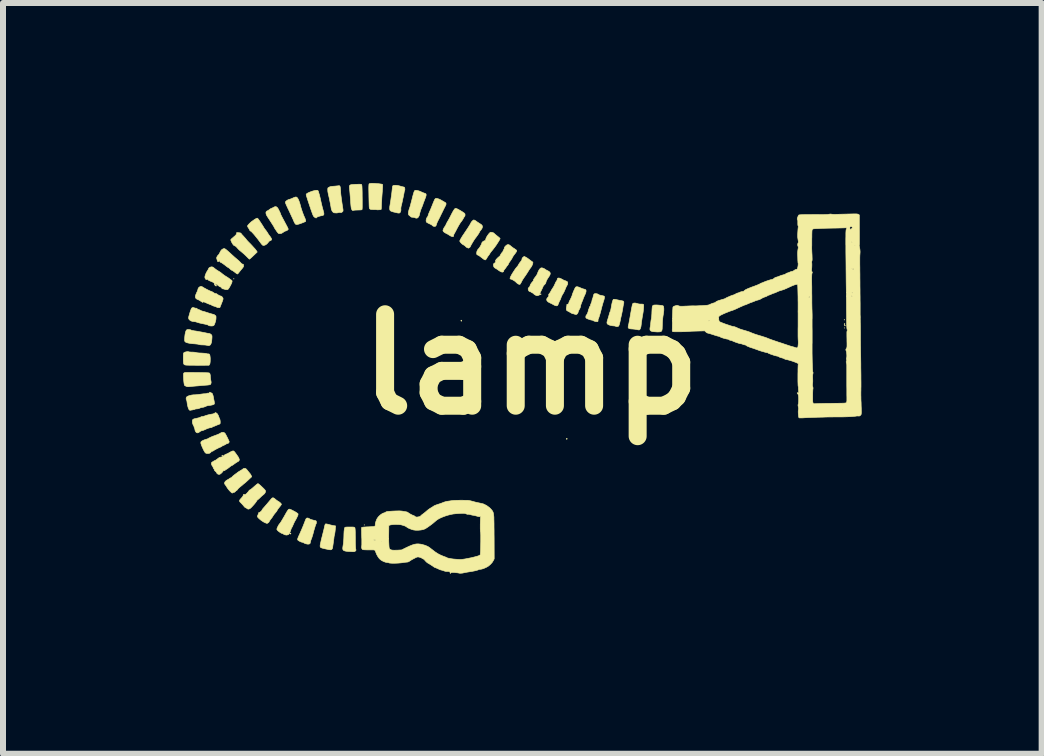
<source format=kicad_pcb>
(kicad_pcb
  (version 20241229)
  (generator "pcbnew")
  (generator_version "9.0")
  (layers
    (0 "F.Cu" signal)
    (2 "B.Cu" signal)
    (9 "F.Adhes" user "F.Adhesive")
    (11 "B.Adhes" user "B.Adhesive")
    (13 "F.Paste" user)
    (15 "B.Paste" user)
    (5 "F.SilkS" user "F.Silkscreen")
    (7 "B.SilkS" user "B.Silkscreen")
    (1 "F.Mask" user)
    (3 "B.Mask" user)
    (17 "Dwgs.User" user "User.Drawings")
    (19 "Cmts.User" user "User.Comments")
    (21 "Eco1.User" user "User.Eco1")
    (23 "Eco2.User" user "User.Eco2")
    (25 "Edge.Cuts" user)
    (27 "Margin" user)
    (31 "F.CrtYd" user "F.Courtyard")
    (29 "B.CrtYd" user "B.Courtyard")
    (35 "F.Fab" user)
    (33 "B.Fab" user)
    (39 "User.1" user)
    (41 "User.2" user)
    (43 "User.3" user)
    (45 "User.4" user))
  (footprint "lamp"
    (layer "F.Cu")
    (at 5.799 3.022)
    (property "Reference" "lamp" (at 0 0 0) (layer "F.SilkS") (effects (font (size 1.524 1.524) (thickness 0.3))))
    (attr through_hole)
    (fp_poly (pts (xy -2.775 2.677) (xy -2.778 2.68) (xy -2.781 2.677) (xy -2.778 2.673) (xy -2.775 2.677)) (stroke (width 0.01) (type solid)) (fill yes) (layer "F.SilkS"))
    (fp_poly (pts (xy 5.226 -0.606) (xy 5.223 -0.603) (xy 5.22 -0.606) (xy 5.223 -0.61) (xy 5.226 -0.606)) (stroke (width 0.01) (type solid)) (fill yes) (layer "F.SilkS"))
    (fp_poly (pts (xy -4.949 -1.427) (xy -4.95 -1.423) (xy -4.953 -1.422) (xy -4.958 -1.425) (xy -4.957 -1.427) (xy -4.95 -1.427) (xy -4.949 -1.427)) (stroke (width 0.01) (type solid)) (fill yes) (layer "F.SilkS"))
    (fp_poly (pts (xy 5.224 -0.747) (xy 5.225 -0.74) (xy 5.224 -0.739) (xy 5.22 -0.74) (xy 5.22 -0.743) (xy 5.222 -0.748) (xy 5.224 -0.747)) (stroke (width 0.01) (type solid)) (fill yes) (layer "F.SilkS"))
    (fp_poly (pts (xy -5.143 1.515) (xy -5.14 1.522) (xy -5.141 1.524) (xy -5.147 1.53) (xy -5.15 1.524) (xy -5.15 1.52) (xy -5.147 1.514) (xy -5.143 1.515)) (stroke (width 0.01) (type solid)) (fill yes) (layer "F.SilkS"))
    (fp_poly (pts (xy -4.001 2.822) (xy -4.001 2.825) (xy -4.008 2.828) (xy -4.012 2.826) (xy -4.017 2.82) (xy -4.013 2.816) (xy -4.004 2.815) (xy -4.001 2.822)) (stroke (width 0.01) (type solid)) (fill yes) (layer "F.SilkS"))
    (fp_poly (pts (xy -1.156 -0.729) (xy -1.157 -0.723) (xy -1.161 -0.718) (xy -1.165 -0.723) (xy -1.167 -0.732) (xy -1.166 -0.735) (xy -1.16 -0.736) (xy -1.156 -0.729)) (stroke (width 0.01) (type solid)) (fill yes) (layer "F.SilkS"))
    (fp_poly (pts (xy 0.604 1.24) (xy 0.604 1.241) (xy 0.599 1.249) (xy 0.597 1.25) (xy 0.592 1.247) (xy 0.591 1.241) (xy 0.594 1.234) (xy 0.597 1.233) (xy 0.604 1.24)) (stroke (width 0.01) (type solid)) (fill yes) (layer "F.SilkS"))
    (fp_poly (pts (xy 5.232 -0.675) (xy 5.232 -0.673) (xy 5.228 -0.665) (xy 5.226 -0.664) (xy 5.221 -0.665) (xy 5.22 -0.67) (xy 5.223 -0.678) (xy 5.226 -0.679) (xy 5.232 -0.675)) (stroke (width 0.01) (type solid)) (fill yes) (layer "F.SilkS"))
    (fp_poly (pts (xy 5.232 -0.651) (xy 5.238 -0.645) (xy 5.239 -0.644) (xy 5.234 -0.641) (xy 5.232 -0.641) (xy 5.226 -0.646) (xy 5.226 -0.648) (xy 5.23 -0.652) (xy 5.232 -0.651)) (stroke (width 0.01) (type solid)) (fill yes) (layer "F.SilkS"))
    (fp_poly (pts (xy -2.986 2.711) (xy -2.963 2.712) (xy -2.949 2.714) (xy -2.94 2.718) (xy -2.935 2.722) (xy -2.933 2.729) (xy -2.931 2.744) (xy -2.929 2.768) (xy -2.928 2.8) (xy -2.928 2.844) (xy -2.927 2.896) (xy -2.927 2.956) (xy -2.926 3.006) (xy -2.924 3.043) (xy -2.922 3.068) (xy -2.92 3.08) (xy -2.916 3.095) (xy -2.919 3.104) (xy -2.927 3.112) (xy -2.934 3.117) (xy -2.941 3.12) (xy -2.953 3.122) (xy -2.969 3.122) (xy -2.993 3.121) (xy -3.027 3.119) (xy -3.049 3.118) (xy -3.085 3.114) (xy -3.111 3.107) (xy -3.127 3.098) (xy -3.135 3.085) (xy -3.137 3.068) (xy -3.136 3.051) (xy -3.132 3.025) (xy -3.128 2.998) (xy -3.127 2.994) (xy -3.124 2.966) (xy -3.121 2.931) (xy -3.119 2.893) (xy -3.118 2.866) (xy -3.117 2.823) (xy -3.115 2.784) (xy -3.111 2.752) (xy -3.106 2.729) (xy -3.1 2.716) (xy -3.1 2.716) (xy -3.091 2.714) (xy -3.073 2.712) (xy -3.048 2.711) (xy -3.019 2.711) (xy -2.986 2.711)) (stroke (width 0.01) (type solid)) (fill yes) (layer "F.SilkS"))
    (fp_poly (pts (xy -3.562 -2.901) (xy -3.548 -2.893) (xy -3.543 -2.883) (xy -3.539 -2.868) (xy -3.533 -2.847) (xy -3.527 -2.829) (xy -3.52 -2.801) (xy -3.512 -2.768) (xy -3.508 -2.75) (xy -3.499 -2.708) (xy -3.488 -2.66) (xy -3.476 -2.612) (xy -3.464 -2.569) (xy -3.46 -2.553) (xy -3.452 -2.523) (xy -3.451 -2.502) (xy -3.456 -2.489) (xy -3.469 -2.482) (xy -3.478 -2.479) (xy -3.506 -2.474) (xy -3.532 -2.467) (xy -3.554 -2.459) (xy -3.569 -2.451) (xy -3.573 -2.447) (xy -3.578 -2.44) (xy -3.585 -2.44) (xy -3.598 -2.447) (xy -3.607 -2.453) (xy -3.614 -2.458) (xy -3.621 -2.465) (xy -3.627 -2.475) (xy -3.634 -2.49) (xy -3.643 -2.512) (xy -3.653 -2.541) (xy -3.667 -2.58) (xy -3.675 -2.604) (xy -3.696 -2.666) (xy -3.713 -2.717) (xy -3.726 -2.757) (xy -3.736 -2.789) (xy -3.743 -2.811) (xy -3.746 -2.826) (xy -3.746 -2.832) (xy -3.741 -2.841) (xy -3.725 -2.852) (xy -3.702 -2.864) (xy -3.674 -2.875) (xy -3.644 -2.886) (xy -3.615 -2.894) (xy -3.588 -2.9) (xy -3.567 -2.901) (xy -3.562 -2.901)) (stroke (width 0.01) (type solid)) (fill yes) (layer "F.SilkS"))
    (fp_poly (pts (xy -2.842 -3.001) (xy -2.831 -3) (xy -2.824 -2.997) (xy -2.822 -2.994) (xy -2.82 -2.99) (xy -2.819 -2.983) (xy -2.817 -2.971) (xy -2.816 -2.955) (xy -2.815 -2.931) (xy -2.814 -2.901) (xy -2.813 -2.861) (xy -2.813 -2.812) (xy -2.812 -2.753) (xy -2.812 -2.686) (xy -2.812 -2.651) (xy -2.812 -2.621) (xy -2.813 -2.597) (xy -2.815 -2.583) (xy -2.815 -2.579) (xy -2.825 -2.575) (xy -2.847 -2.573) (xy -2.881 -2.572) (xy -2.884 -2.572) (xy -2.912 -2.571) (xy -2.936 -2.57) (xy -2.953 -2.567) (xy -2.959 -2.566) (xy -2.971 -2.564) (xy -2.98 -2.57) (xy -2.985 -2.578) (xy -2.99 -2.587) (xy -2.994 -2.599) (xy -2.997 -2.616) (xy -3 -2.639) (xy -3.003 -2.671) (xy -3.006 -2.713) (xy -3.007 -2.731) (xy -3.01 -2.774) (xy -3.014 -2.817) (xy -3.017 -2.857) (xy -3.02 -2.89) (xy -3.022 -2.911) (xy -3.025 -2.942) (xy -3.026 -2.964) (xy -3.023 -2.979) (xy -3.014 -2.988) (xy -2.999 -2.994) (xy -2.975 -2.997) (xy -2.94 -2.999) (xy -2.923 -3) (xy -2.886 -3.001) (xy -2.86 -3.002) (xy -2.842 -3.001)) (stroke (width 0.01) (type solid)) (fill yes) (layer "F.SilkS"))
    (fp_poly (pts (xy 1.749 -1.02) (xy 1.774 -1.013) (xy 1.794 -1.007) (xy 1.819 -1.004) (xy 1.831 -1.004) (xy 1.852 -1.004) (xy 1.868 -1.002) (xy 1.873 -1) (xy 1.877 -0.991) (xy 1.878 -0.972) (xy 1.877 -0.945) (xy 1.874 -0.912) (xy 1.87 -0.875) (xy 1.864 -0.838) (xy 1.855 -0.789) (xy 1.849 -0.75) (xy 1.844 -0.718) (xy 1.84 -0.692) (xy 1.838 -0.669) (xy 1.837 -0.66) (xy 1.833 -0.63) (xy 1.826 -0.603) (xy 1.816 -0.584) (xy 1.806 -0.574) (xy 1.803 -0.574) (xy 1.792 -0.574) (xy 1.774 -0.577) (xy 1.756 -0.581) (xy 1.726 -0.586) (xy 1.694 -0.589) (xy 1.678 -0.59) (xy 1.648 -0.593) (xy 1.628 -0.601) (xy 1.62 -0.615) (xy 1.619 -0.62) (xy 1.621 -0.631) (xy 1.624 -0.649) (xy 1.629 -0.669) (xy 1.633 -0.688) (xy 1.638 -0.717) (xy 1.645 -0.753) (xy 1.652 -0.792) (xy 1.657 -0.822) (xy 1.667 -0.877) (xy 1.674 -0.92) (xy 1.681 -0.953) (xy 1.686 -0.977) (xy 1.69 -0.995) (xy 1.694 -1.007) (xy 1.696 -1.011) (xy 1.707 -1.019) (xy 1.726 -1.022) (xy 1.749 -1.02)) (stroke (width 0.01) (type solid)) (fill yes) (layer "F.SilkS"))
    (fp_poly (pts (xy -5.705 -0.209) (xy -5.696 -0.207) (xy -5.678 -0.205) (xy -5.654 -0.204) (xy -5.647 -0.204) (xy -5.621 -0.203) (xy -5.599 -0.201) (xy -5.584 -0.198) (xy -5.582 -0.197) (xy -5.571 -0.194) (xy -5.549 -0.191) (xy -5.522 -0.189) (xy -5.494 -0.188) (xy -5.463 -0.186) (xy -5.435 -0.184) (xy -5.415 -0.181) (xy -5.405 -0.178) (xy -5.389 -0.174) (xy -5.379 -0.174) (xy -5.366 -0.173) (xy -5.357 -0.166) (xy -5.352 -0.154) (xy -5.348 -0.132) (xy -5.345 -0.104) (xy -5.345 -0.074) (xy -5.346 -0.044) (xy -5.349 -0.019) (xy -5.354 -0.002) (xy -5.355 0.000382) (xy -5.366 0.015) (xy -5.529 0.016) (xy -5.576 0.016) (xy -5.621 0.015) (xy -5.661 0.015) (xy -5.695 0.015) (xy -5.72 0.014) (xy -5.732 0.014) (xy -5.754 0.012) (xy -5.771 0.008) (xy -5.782 0.001) (xy -5.789 -0.013) (xy -5.792 -0.034) (xy -5.794 -0.065) (xy -5.794 -0.099) (xy -5.794 -0.134) (xy -5.793 -0.159) (xy -5.792 -0.176) (xy -5.789 -0.187) (xy -5.784 -0.194) (xy -5.784 -0.194) (xy -5.771 -0.202) (xy -5.753 -0.207) (xy -5.732 -0.211) (xy -5.714 -0.212) (xy -5.705 -0.209)) (stroke (width 0.01) (type solid)) (fill yes) (layer "F.SilkS"))
    (fp_poly (pts (xy -3.403 2.661) (xy -3.383 2.665) (xy -3.354 2.673) (xy -3.343 2.676) (xy -3.318 2.682) (xy -3.293 2.687) (xy -3.281 2.689) (xy -3.256 2.693) (xy -3.261 2.748) (xy -3.264 2.778) (xy -3.268 2.808) (xy -3.272 2.832) (xy -3.273 2.835) (xy -3.278 2.855) (xy -3.281 2.871) (xy -3.282 2.877) (xy -3.283 2.886) (xy -3.285 2.906) (xy -3.289 2.932) (xy -3.293 2.962) (xy -3.297 2.992) (xy -3.301 3.02) (xy -3.304 3.042) (xy -3.305 3.053) (xy -3.312 3.074) (xy -3.324 3.087) (xy -3.342 3.091) (xy -3.37 3.088) (xy -3.378 3.086) (xy -3.395 3.082) (xy -3.42 3.077) (xy -3.447 3.071) (xy -3.449 3.07) (xy -3.478 3.063) (xy -3.498 3.056) (xy -3.51 3.046) (xy -3.514 3.032) (xy -3.513 3.011) (xy -3.507 2.98) (xy -3.503 2.964) (xy -3.495 2.927) (xy -3.484 2.883) (xy -3.473 2.84) (xy -3.467 2.816) (xy -3.459 2.784) (xy -3.451 2.752) (xy -3.445 2.726) (xy -3.442 2.71) (xy -3.437 2.69) (xy -3.432 2.673) (xy -3.43 2.668) (xy -3.426 2.663) (xy -3.422 2.659) (xy -3.415 2.659) (xy -3.403 2.661)) (stroke (width 0.01) (type solid)) (fill yes) (layer "F.SilkS"))
    (fp_poly (pts (xy 2.1 -0.989) (xy 2.129 -0.987) (xy 2.157 -0.984) (xy 2.181 -0.981) (xy 2.198 -0.977) (xy 2.204 -0.973) (xy 2.211 -0.958) (xy 2.214 -0.932) (xy 2.214 -0.9) (xy 2.21 -0.863) (xy 2.207 -0.843) (xy 2.2 -0.8) (xy 2.195 -0.757) (xy 2.191 -0.71) (xy 2.189 -0.654) (xy 2.188 -0.629) (xy 2.187 -0.594) (xy 2.183 -0.569) (xy 2.176 -0.554) (xy 2.162 -0.545) (xy 2.141 -0.541) (xy 2.111 -0.54) (xy 2.106 -0.54) (xy 2.077 -0.542) (xy 2.049 -0.544) (xy 2.027 -0.546) (xy 2.026 -0.547) (xy 2.001 -0.554) (xy 1.987 -0.567) (xy 1.982 -0.586) (xy 1.985 -0.613) (xy 1.987 -0.622) (xy 1.99 -0.64) (xy 1.994 -0.665) (xy 1.996 -0.692) (xy 1.996 -0.693) (xy 1.999 -0.718) (xy 2.002 -0.741) (xy 2.006 -0.756) (xy 2.006 -0.757) (xy 2.008 -0.769) (xy 2.011 -0.791) (xy 2.013 -0.82) (xy 2.015 -0.854) (xy 2.015 -0.864) (xy 2.017 -0.905) (xy 2.019 -0.934) (xy 2.021 -0.955) (xy 2.024 -0.968) (xy 2.029 -0.977) (xy 2.036 -0.983) (xy 2.039 -0.985) (xy 2.052 -0.988) (xy 2.073 -0.989) (xy 2.1 -0.989)) (stroke (width 0.01) (type solid)) (fill yes) (layer "F.SilkS"))
    (fp_poly (pts (xy -1.903 -2.899) (xy -1.88 -2.894) (xy -1.853 -2.885) (xy -1.826 -2.873) (xy -1.826 -2.873) (xy -1.802 -2.862) (xy -1.78 -2.854) (xy -1.765 -2.849) (xy -1.764 -2.848) (xy -1.752 -2.843) (xy -1.747 -2.831) (xy -1.748 -2.812) (xy -1.756 -2.785) (xy -1.768 -2.754) (xy -1.778 -2.727) (xy -1.788 -2.702) (xy -1.795 -2.684) (xy -1.796 -2.68) (xy -1.801 -2.664) (xy -1.81 -2.64) (xy -1.821 -2.613) (xy -1.825 -2.604) (xy -1.837 -2.574) (xy -1.847 -2.542) (xy -1.854 -2.515) (xy -1.855 -2.509) (xy -1.864 -2.476) (xy -1.878 -2.452) (xy -1.895 -2.438) (xy -1.915 -2.436) (xy -1.93 -2.442) (xy -1.947 -2.448) (xy -1.968 -2.451) (xy -1.973 -2.451) (xy -1.995 -2.454) (xy -2.005 -2.461) (xy -2.015 -2.471) (xy -2.026 -2.479) (xy -2.039 -2.492) (xy -2.044 -2.514) (xy -2.041 -2.544) (xy -2.032 -2.579) (xy -2.024 -2.601) (xy -2.017 -2.623) (xy -2.01 -2.646) (xy -2.003 -2.674) (xy -1.994 -2.708) (xy -1.983 -2.75) (xy -1.976 -2.779) (xy -1.965 -2.821) (xy -1.956 -2.852) (xy -1.949 -2.874) (xy -1.942 -2.889) (xy -1.935 -2.897) (xy -1.927 -2.9) (xy -1.916 -2.9) (xy -1.903 -2.899)) (stroke (width 0.01) (type solid)) (fill yes) (layer "F.SilkS"))
    (fp_poly (pts (xy -3.696 2.571) (xy -3.695 2.571) (xy -3.679 2.581) (xy -3.655 2.589) (xy -3.622 2.598) (xy -3.604 2.602) (xy -3.587 2.606) (xy -3.579 2.613) (xy -3.576 2.627) (xy -3.576 2.628) (xy -3.576 2.645) (xy -3.58 2.656) (xy -3.58 2.656) (xy -3.586 2.668) (xy -3.594 2.691) (xy -3.604 2.723) (xy -3.616 2.763) (xy -3.628 2.81) (xy -3.629 2.813) (xy -3.638 2.845) (xy -3.648 2.877) (xy -3.657 2.904) (xy -3.662 2.915) (xy -3.67 2.937) (xy -3.675 2.957) (xy -3.677 2.967) (xy -3.681 2.984) (xy -3.694 2.994) (xy -3.717 2.997) (xy -3.75 2.991) (xy -3.75 2.991) (xy -3.77 2.984) (xy -3.785 2.976) (xy -3.8 2.968) (xy -3.812 2.965) (xy -3.826 2.962) (xy -3.844 2.955) (xy -3.864 2.944) (xy -3.88 2.934) (xy -3.888 2.925) (xy -3.888 2.924) (xy -3.89 2.918) (xy -3.889 2.91) (xy -3.885 2.898) (xy -3.878 2.879) (xy -3.866 2.852) (xy -3.861 2.842) (xy -3.842 2.799) (xy -3.822 2.754) (xy -3.803 2.709) (xy -3.787 2.669) (xy -3.774 2.636) (xy -3.771 2.629) (xy -3.763 2.606) (xy -3.754 2.585) (xy -3.748 2.573) (xy -3.734 2.561) (xy -3.716 2.561) (xy -3.696 2.571)) (stroke (width 0.01) (type solid)) (fill yes) (layer "F.SilkS"))
    (fp_poly (pts (xy -3.187 -2.974) (xy -3.181 -2.963) (xy -3.181 -2.962) (xy -3.178 -2.948) (xy -3.175 -2.926) (xy -3.173 -2.898) (xy -3.172 -2.887) (xy -3.171 -2.858) (xy -3.168 -2.825) (xy -3.163 -2.787) (xy -3.157 -2.741) (xy -3.149 -2.685) (xy -3.14 -2.625) (xy -3.135 -2.595) (xy -3.132 -2.574) (xy -3.132 -2.561) (xy -3.133 -2.553) (xy -3.138 -2.547) (xy -3.144 -2.54) (xy -3.145 -2.54) (xy -3.16 -2.53) (xy -3.178 -2.53) (xy -3.18 -2.53) (xy -3.196 -2.532) (xy -3.208 -2.53) (xy -3.208 -2.529) (xy -3.222 -2.525) (xy -3.242 -2.523) (xy -3.264 -2.524) (xy -3.283 -2.526) (xy -3.283 -2.526) (xy -3.301 -2.538) (xy -3.316 -2.558) (xy -3.327 -2.586) (xy -3.33 -2.602) (xy -3.335 -2.633) (xy -3.342 -2.672) (xy -3.35 -2.712) (xy -3.358 -2.751) (xy -3.365 -2.784) (xy -3.368 -2.797) (xy -3.378 -2.84) (xy -3.385 -2.877) (xy -3.387 -2.908) (xy -3.386 -2.931) (xy -3.381 -2.944) (xy -3.375 -2.946) (xy -3.364 -2.951) (xy -3.36 -2.955) (xy -3.349 -2.96) (xy -3.327 -2.965) (xy -3.295 -2.968) (xy -3.294 -2.968) (xy -3.265 -2.97) (xy -3.238 -2.973) (xy -3.217 -2.975) (xy -3.212 -2.976) (xy -3.196 -2.977) (xy -3.187 -2.974)) (stroke (width 0.01) (type solid)) (fill yes) (layer "F.SilkS"))
    (fp_poly (pts (xy -2.625 -3.016) (xy -2.597 -3.015) (xy -2.566 -3.012) (xy -2.536 -3.01) (xy -2.509 -3.006) (xy -2.488 -3.003) (xy -2.476 -3) (xy -2.475 -3) (xy -2.473 -2.992) (xy -2.472 -2.974) (xy -2.473 -2.949) (xy -2.473 -2.947) (xy -2.475 -2.922) (xy -2.477 -2.888) (xy -2.48 -2.851) (xy -2.483 -2.813) (xy -2.483 -2.81) (xy -2.486 -2.77) (xy -2.488 -2.726) (xy -2.491 -2.685) (xy -2.492 -2.652) (xy -2.493 -2.624) (xy -2.494 -2.601) (xy -2.496 -2.586) (xy -2.497 -2.582) (xy -2.505 -2.579) (xy -2.52 -2.577) (xy -2.539 -2.576) (xy -2.556 -2.575) (xy -2.567 -2.576) (xy -2.568 -2.576) (xy -2.576 -2.578) (xy -2.593 -2.579) (xy -2.615 -2.579) (xy -2.62 -2.579) (xy -2.652 -2.58) (xy -2.673 -2.583) (xy -2.686 -2.59) (xy -2.693 -2.602) (xy -2.695 -2.612) (xy -2.696 -2.623) (xy -2.697 -2.645) (xy -2.698 -2.677) (xy -2.699 -2.716) (xy -2.7 -2.76) (xy -2.701 -2.808) (xy -2.701 -2.817) (xy -2.702 -2.873) (xy -2.703 -2.917) (xy -2.703 -2.951) (xy -2.702 -2.976) (xy -2.701 -2.993) (xy -2.699 -3.004) (xy -2.697 -3.009) (xy -2.696 -3.009) (xy -2.686 -3.013) (xy -2.667 -3.016) (xy -2.647 -3.017) (xy -2.625 -3.016)) (stroke (width 0.01) (type solid)) (fill yes) (layer "F.SilkS"))
    (fp_poly (pts (xy -2.229 -2.982) (xy -2.199 -2.976) (xy -2.185 -2.972) (xy -2.162 -2.965) (xy -2.142 -2.96) (xy -2.132 -2.958) (xy -2.117 -2.954) (xy -2.11 -2.951) (xy -2.105 -2.942) (xy -2.102 -2.926) (xy -2.102 -2.909) (xy -2.105 -2.896) (xy -2.106 -2.893) (xy -2.111 -2.884) (xy -2.112 -2.878) (xy -2.114 -2.865) (xy -2.118 -2.842) (xy -2.124 -2.812) (xy -2.131 -2.778) (xy -2.139 -2.743) (xy -2.146 -2.708) (xy -2.153 -2.677) (xy -2.159 -2.653) (xy -2.163 -2.639) (xy -2.167 -2.616) (xy -2.169 -2.595) (xy -2.168 -2.587) (xy -2.168 -2.565) (xy -2.174 -2.544) (xy -2.182 -2.529) (xy -2.192 -2.522) (xy -2.202 -2.521) (xy -2.217 -2.522) (xy -2.226 -2.524) (xy -2.235 -2.526) (xy -2.252 -2.53) (xy -2.276 -2.536) (xy -2.283 -2.537) (xy -2.312 -2.545) (xy -2.334 -2.554) (xy -2.345 -2.561) (xy -2.353 -2.576) (xy -2.355 -2.6) (xy -2.353 -2.633) (xy -2.349 -2.654) (xy -2.344 -2.688) (xy -2.337 -2.729) (xy -2.331 -2.774) (xy -2.324 -2.818) (xy -2.319 -2.86) (xy -2.315 -2.896) (xy -2.312 -2.923) (xy -2.312 -2.923) (xy -2.309 -2.953) (xy -2.304 -2.972) (xy -2.299 -2.978) (xy -2.283 -2.983) (xy -2.258 -2.984) (xy -2.229 -2.982)) (stroke (width 0.01) (type solid)) (fill yes) (layer "F.SilkS"))
    (fp_poly (pts (xy -4.013 2.416) (xy -3.994 2.424) (xy -3.97 2.436) (xy -3.945 2.449) (xy -3.92 2.463) (xy -3.9 2.476) (xy -3.886 2.487) (xy -3.882 2.491) (xy -3.882 2.506) (xy -3.886 2.52) (xy -3.895 2.538) (xy -3.904 2.558) (xy -3.905 2.559) (xy -3.914 2.578) (xy -3.927 2.6) (xy -3.932 2.609) (xy -3.945 2.633) (xy -3.957 2.66) (xy -3.963 2.673) (xy -3.972 2.694) (xy -3.98 2.711) (xy -3.985 2.719) (xy -3.992 2.73) (xy -3.999 2.749) (xy -4.007 2.772) (xy -4.018 2.805) (xy -4.031 2.826) (xy -4.046 2.839) (xy -4.066 2.844) (xy -4.076 2.845) (xy -4.105 2.84) (xy -4.12 2.832) (xy -4.134 2.823) (xy -4.144 2.819) (xy -4.158 2.815) (xy -4.176 2.805) (xy -4.196 2.791) (xy -4.215 2.776) (xy -4.229 2.761) (xy -4.235 2.75) (xy -4.235 2.748) (xy -4.232 2.735) (xy -4.224 2.715) (xy -4.213 2.693) (xy -4.201 2.672) (xy -4.19 2.658) (xy -4.19 2.657) (xy -4.181 2.647) (xy -4.17 2.631) (xy -4.155 2.607) (xy -4.136 2.575) (xy -4.112 2.534) (xy -4.094 2.502) (xy -4.075 2.468) (xy -4.06 2.444) (xy -4.049 2.428) (xy -4.04 2.418) (xy -4.032 2.414) (xy -4.025 2.413) (xy -4.013 2.416)) (stroke (width 0.01) (type solid)) (fill yes) (layer "F.SilkS"))
    (fp_poly (pts (xy -1.554 -2.762) (xy -1.524 -2.751) (xy -1.49 -2.733) (xy -1.47 -2.721) (xy -1.451 -2.71) (xy -1.435 -2.701) (xy -1.428 -2.697) (xy -1.417 -2.687) (xy -1.415 -2.671) (xy -1.421 -2.65) (xy -1.423 -2.647) (xy -1.428 -2.638) (xy -1.434 -2.626) (xy -1.442 -2.61) (xy -1.453 -2.589) (xy -1.467 -2.56) (xy -1.485 -2.523) (xy -1.508 -2.477) (xy -1.517 -2.457) (xy -1.53 -2.432) (xy -1.543 -2.406) (xy -1.553 -2.388) (xy -1.564 -2.364) (xy -1.573 -2.34) (xy -1.575 -2.332) (xy -1.583 -2.31) (xy -1.596 -2.299) (xy -1.614 -2.299) (xy -1.626 -2.302) (xy -1.64 -2.309) (xy -1.646 -2.315) (xy -1.646 -2.316) (xy -1.651 -2.321) (xy -1.665 -2.33) (xy -1.685 -2.339) (xy -1.691 -2.342) (xy -1.716 -2.354) (xy -1.735 -2.365) (xy -1.744 -2.374) (xy -1.748 -2.393) (xy -1.745 -2.417) (xy -1.737 -2.44) (xy -1.728 -2.453) (xy -1.718 -2.467) (xy -1.714 -2.479) (xy -1.712 -2.49) (xy -1.705 -2.509) (xy -1.695 -2.533) (xy -1.688 -2.549) (xy -1.673 -2.582) (xy -1.657 -2.621) (xy -1.643 -2.656) (xy -1.64 -2.664) (xy -1.624 -2.703) (xy -1.612 -2.732) (xy -1.602 -2.751) (xy -1.594 -2.761) (xy -1.592 -2.763) (xy -1.577 -2.766) (xy -1.554 -2.762)) (stroke (width 0.01) (type solid)) (fill yes) (layer "F.SilkS"))
    (fp_poly (pts (xy 1.406 -1.082) (xy 1.43 -1.077) (xy 1.444 -1.074) (xy 1.472 -1.068) (xy 1.497 -1.063) (xy 1.515 -1.06) (xy 1.52 -1.059) (xy 1.539 -1.053) (xy 1.547 -1.041) (xy 1.547 -1.02) (xy 1.544 -1.008) (xy 1.539 -0.987) (xy 1.534 -0.96) (xy 1.531 -0.937) (xy 1.526 -0.911) (xy 1.52 -0.878) (xy 1.513 -0.843) (xy 1.509 -0.826) (xy 1.502 -0.795) (xy 1.495 -0.766) (xy 1.491 -0.743) (xy 1.489 -0.733) (xy 1.483 -0.706) (xy 1.476 -0.678) (xy 1.469 -0.655) (xy 1.462 -0.64) (xy 1.46 -0.637) (xy 1.447 -0.631) (xy 1.429 -0.629) (xy 1.412 -0.634) (xy 1.41 -0.635) (xy 1.397 -0.639) (xy 1.379 -0.641) (xy 1.376 -0.641) (xy 1.356 -0.643) (xy 1.331 -0.648) (xy 1.314 -0.652) (xy 1.287 -0.663) (xy 1.271 -0.676) (xy 1.266 -0.693) (xy 1.269 -0.713) (xy 1.288 -0.776) (xy 1.303 -0.827) (xy 1.306 -0.838) (xy 1.312 -0.858) (xy 1.317 -0.874) (xy 1.32 -0.879) (xy 1.323 -0.883) (xy 1.325 -0.889) (xy 1.328 -0.899) (xy 1.331 -0.916) (xy 1.336 -0.94) (xy 1.342 -0.976) (xy 1.351 -1.021) (xy 1.36 -1.053) (xy 1.368 -1.074) (xy 1.376 -1.084) (xy 1.377 -1.084) (xy 1.387 -1.084) (xy 1.406 -1.082)) (stroke (width 0.01) (type solid)) (fill yes) (layer "F.SilkS"))
    (fp_poly (pts (xy -3.911 -2.788) (xy -3.902 -2.784) (xy -3.897 -2.779) (xy -3.884 -2.762) (xy -3.87 -2.733) (xy -3.855 -2.692) (xy -3.84 -2.639) (xy -3.839 -2.635) (xy -3.832 -2.608) (xy -3.822 -2.577) (xy -3.811 -2.544) (xy -3.799 -2.512) (xy -3.788 -2.483) (xy -3.779 -2.462) (xy -3.773 -2.449) (xy -3.772 -2.448) (xy -3.767 -2.436) (xy -3.761 -2.419) (xy -3.756 -2.402) (xy -3.754 -2.388) (xy -3.755 -2.383) (xy -3.765 -2.377) (xy -3.785 -2.368) (xy -3.81 -2.358) (xy -3.837 -2.348) (xy -3.863 -2.339) (xy -3.885 -2.333) (xy -3.899 -2.331) (xy -3.9 -2.33) (xy -3.917 -2.332) (xy -3.928 -2.341) (xy -3.935 -2.351) (xy -3.946 -2.371) (xy -3.956 -2.394) (xy -3.957 -2.397) (xy -3.961 -2.406) (xy -3.966 -2.418) (xy -3.973 -2.433) (xy -3.982 -2.452) (xy -3.994 -2.478) (xy -4.009 -2.51) (xy -4.028 -2.552) (xy -4.053 -2.603) (xy -4.058 -2.615) (xy -4.074 -2.649) (xy -4.085 -2.674) (xy -4.091 -2.691) (xy -4.093 -2.703) (xy -4.089 -2.712) (xy -4.082 -2.72) (xy -4.072 -2.728) (xy -4.055 -2.739) (xy -4.039 -2.746) (xy -4.034 -2.748) (xy -4.02 -2.751) (xy -4.001 -2.758) (xy -3.99 -2.762) (xy -3.959 -2.776) (xy -3.937 -2.785) (xy -3.921 -2.789) (xy -3.911 -2.788)) (stroke (width 0.01) (type solid)) (fill yes) (layer "F.SilkS"))
    (fp_poly (pts (xy -5.675 -0.576) (xy -5.662 -0.57) (xy -5.65 -0.566) (xy -5.63 -0.562) (xy -5.604 -0.557) (xy -5.592 -0.556) (xy -5.561 -0.551) (xy -5.524 -0.544) (xy -5.484 -0.537) (xy -5.455 -0.531) (xy -5.424 -0.525) (xy -5.396 -0.519) (xy -5.375 -0.516) (xy -5.363 -0.514) (xy -5.362 -0.514) (xy -5.349 -0.51) (xy -5.333 -0.5) (xy -5.331 -0.498) (xy -5.323 -0.489) (xy -5.318 -0.481) (xy -5.316 -0.468) (xy -5.316 -0.449) (xy -5.317 -0.433) (xy -5.321 -0.388) (xy -5.328 -0.355) (xy -5.339 -0.332) (xy -5.347 -0.322) (xy -5.359 -0.315) (xy -5.371 -0.312) (xy -5.389 -0.315) (xy -5.404 -0.318) (xy -5.421 -0.321) (xy -5.446 -0.323) (xy -5.474 -0.324) (xy -5.477 -0.324) (xy -5.502 -0.325) (xy -5.522 -0.328) (xy -5.535 -0.331) (xy -5.536 -0.332) (xy -5.546 -0.335) (xy -5.565 -0.338) (xy -5.589 -0.34) (xy -5.593 -0.341) (xy -5.639 -0.344) (xy -5.681 -0.349) (xy -5.716 -0.356) (xy -5.743 -0.364) (xy -5.753 -0.369) (xy -5.763 -0.376) (xy -5.769 -0.384) (xy -5.772 -0.397) (xy -5.772 -0.419) (xy -5.772 -0.421) (xy -5.77 -0.457) (xy -5.766 -0.493) (xy -5.76 -0.525) (xy -5.752 -0.552) (xy -5.744 -0.569) (xy -5.74 -0.573) (xy -5.723 -0.58) (xy -5.7 -0.58) (xy -5.675 -0.576)) (stroke (width 0.01) (type solid)) (fill yes) (layer "F.SilkS"))
    (fp_poly (pts (xy -4.873 -2.194) (xy -4.852 -2.192) (xy -4.838 -2.188) (xy -4.833 -2.185) (xy -4.828 -2.177) (xy -4.817 -2.163) (xy -4.8 -2.145) (xy -4.789 -2.133) (xy -4.771 -2.113) (xy -4.756 -2.096) (xy -4.746 -2.084) (xy -4.744 -2.08) (xy -4.738 -2.073) (xy -4.726 -2.059) (xy -4.71 -2.042) (xy -4.706 -2.038) (xy -4.676 -2.008) (xy -4.647 -1.977) (xy -4.621 -1.948) (xy -4.598 -1.923) (xy -4.582 -1.902) (xy -4.573 -1.89) (xy -4.562 -1.872) (xy -4.625 -1.812) (xy -4.648 -1.79) (xy -4.668 -1.772) (xy -4.683 -1.759) (xy -4.691 -1.753) (xy -4.692 -1.753) (xy -4.698 -1.757) (xy -4.71 -1.768) (xy -4.725 -1.783) (xy -4.751 -1.809) (xy -4.783 -1.839) (xy -4.817 -1.868) (xy -4.848 -1.894) (xy -4.851 -1.896) (xy -4.868 -1.911) (xy -4.887 -1.931) (xy -4.898 -1.944) (xy -4.918 -1.965) (xy -4.935 -1.975) (xy -4.939 -1.976) (xy -4.954 -1.984) (xy -4.97 -2.004) (xy -4.988 -2.035) (xy -4.997 -2.056) (xy -5.003 -2.071) (xy -5.001 -2.081) (xy -4.991 -2.091) (xy -4.985 -2.097) (xy -4.97 -2.109) (xy -4.951 -2.126) (xy -4.933 -2.141) (xy -4.916 -2.159) (xy -4.907 -2.172) (xy -4.905 -2.182) (xy -4.905 -2.184) (xy -4.907 -2.192) (xy -4.903 -2.195) (xy -4.893 -2.196) (xy -4.873 -2.194)) (stroke (width 0.01) (type solid)) (fill yes) (layer "F.SilkS"))
    (fp_poly (pts (xy -5.69 0.135) (xy -5.655 0.135) (xy -5.611 0.136) (xy -5.556 0.136) (xy -5.522 0.137) (xy -5.471 0.138) (xy -5.431 0.139) (xy -5.402 0.14) (xy -5.381 0.141) (xy -5.366 0.143) (xy -5.358 0.146) (xy -5.355 0.148) (xy -5.349 0.161) (xy -5.344 0.185) (xy -5.343 0.207) (xy -5.34 0.234) (xy -5.337 0.259) (xy -5.334 0.276) (xy -5.333 0.277) (xy -5.33 0.301) (xy -5.334 0.322) (xy -5.343 0.336) (xy -5.353 0.34) (xy -5.372 0.343) (xy -5.396 0.346) (xy -5.398 0.346) (xy -5.427 0.348) (xy -5.456 0.35) (xy -5.476 0.352) (xy -5.5 0.354) (xy -5.53 0.357) (xy -5.553 0.359) (xy -5.581 0.361) (xy -5.616 0.364) (xy -5.649 0.367) (xy -5.655 0.368) (xy -5.684 0.371) (xy -5.703 0.373) (xy -5.717 0.373) (xy -5.726 0.372) (xy -5.736 0.37) (xy -5.745 0.366) (xy -5.761 0.359) (xy -5.772 0.352) (xy -5.772 0.352) (xy -5.777 0.342) (xy -5.781 0.321) (xy -5.785 0.293) (xy -5.788 0.26) (xy -5.79 0.226) (xy -5.791 0.198) (xy -5.791 0.172) (xy -5.79 0.156) (xy -5.787 0.147) (xy -5.781 0.142) (xy -5.776 0.14) (xy -5.771 0.138) (xy -5.766 0.137) (xy -5.76 0.136) (xy -5.75 0.135) (xy -5.736 0.135) (xy -5.716 0.135) (xy -5.69 0.135)) (stroke (width 0.01) (type solid)) (fill yes) (layer "F.SilkS"))
    (fp_poly (pts (xy -1.247 -2.598) (xy -1.231 -2.592) (xy -1.222 -2.588) (xy -1.2 -2.576) (xy -1.174 -2.561) (xy -1.149 -2.546) (xy -1.127 -2.531) (xy -1.111 -2.52) (xy -1.103 -2.512) (xy -1.099 -2.5) (xy -1.099 -2.484) (xy -1.102 -2.47) (xy -1.105 -2.467) (xy -1.111 -2.459) (xy -1.121 -2.444) (xy -1.127 -2.432) (xy -1.14 -2.409) (xy -1.155 -2.388) (xy -1.161 -2.38) (xy -1.172 -2.366) (xy -1.184 -2.348) (xy -1.198 -2.325) (xy -1.215 -2.295) (xy -1.236 -2.256) (xy -1.243 -2.242) (xy -1.256 -2.217) (xy -1.268 -2.195) (xy -1.277 -2.18) (xy -1.28 -2.175) (xy -1.287 -2.159) (xy -1.289 -2.145) (xy -1.292 -2.132) (xy -1.3 -2.128) (xy -1.318 -2.131) (xy -1.324 -2.133) (xy -1.337 -2.138) (xy -1.355 -2.149) (xy -1.364 -2.154) (xy -1.385 -2.168) (xy -1.408 -2.179) (xy -1.415 -2.183) (xy -1.44 -2.197) (xy -1.458 -2.212) (xy -1.466 -2.226) (xy -1.467 -2.229) (xy -1.463 -2.244) (xy -1.455 -2.264) (xy -1.444 -2.284) (xy -1.435 -2.296) (xy -1.425 -2.31) (xy -1.416 -2.329) (xy -1.416 -2.33) (xy -1.408 -2.347) (xy -1.396 -2.37) (xy -1.383 -2.392) (xy -1.368 -2.418) (xy -1.353 -2.446) (xy -1.343 -2.465) (xy -1.324 -2.503) (xy -1.306 -2.537) (xy -1.29 -2.565) (xy -1.276 -2.585) (xy -1.267 -2.595) (xy -1.258 -2.599) (xy -1.247 -2.598)) (stroke (width 0.01) (type solid)) (fill yes) (layer "F.SilkS"))
    (fp_poly (pts (xy -0.083 -1.784) (xy -0.063 -1.772) (xy -0.039 -1.755) (xy -0.017 -1.738) (xy 0.002 -1.724) (xy 0.016 -1.713) (xy 0.025 -1.708) (xy 0.025 -1.708) (xy 0.031 -1.703) (xy 0.032 -1.69) (xy 0.027 -1.671) (xy 0.019 -1.65) (xy 0.007 -1.628) (xy -0.006 -1.608) (xy -0.011 -1.603) (xy -0.019 -1.592) (xy -0.032 -1.573) (xy -0.046 -1.55) (xy -0.05 -1.544) (xy -0.068 -1.515) (xy -0.089 -1.483) (xy -0.109 -1.455) (xy -0.127 -1.429) (xy -0.145 -1.4) (xy -0.158 -1.375) (xy -0.158 -1.374) (xy -0.169 -1.354) (xy -0.179 -1.338) (xy -0.186 -1.332) (xy -0.197 -1.333) (xy -0.214 -1.34) (xy -0.22 -1.344) (xy -0.237 -1.357) (xy -0.252 -1.371) (xy -0.255 -1.375) (xy -0.266 -1.384) (xy -0.284 -1.396) (xy -0.305 -1.408) (xy -0.325 -1.418) (xy -0.34 -1.422) (xy -0.342 -1.422) (xy -0.349 -1.427) (xy -0.347 -1.441) (xy -0.338 -1.464) (xy -0.321 -1.496) (xy -0.314 -1.508) (xy -0.29 -1.546) (xy -0.271 -1.575) (xy -0.255 -1.598) (xy -0.24 -1.616) (xy -0.229 -1.629) (xy -0.216 -1.645) (xy -0.208 -1.66) (xy -0.207 -1.662) (xy -0.2 -1.674) (xy -0.188 -1.692) (xy -0.175 -1.708) (xy -0.157 -1.732) (xy -0.15 -1.749) (xy -0.15 -1.754) (xy -0.147 -1.769) (xy -0.133 -1.784) (xy -0.133 -1.784) (xy -0.113 -1.799) (xy -0.083 -1.784)) (stroke (width 0.01) (type solid)) (fill yes) (layer "F.SilkS"))
    (fp_poly (pts (xy -4.246 -2.627) (xy -4.229 -2.615) (xy -4.221 -2.605) (xy -4.211 -2.589) (xy -4.2 -2.567) (xy -4.189 -2.545) (xy -4.179 -2.524) (xy -4.173 -2.509) (xy -4.172 -2.503) (xy -4.171 -2.5) (xy -4.168 -2.493) (xy -4.162 -2.481) (xy -4.153 -2.463) (xy -4.139 -2.436) (xy -4.12 -2.401) (xy -4.093 -2.35) (xy -4.071 -2.309) (xy -4.056 -2.28) (xy -4.048 -2.261) (xy -4.045 -2.254) (xy -4.05 -2.244) (xy -4.063 -2.233) (xy -4.078 -2.225) (xy -4.088 -2.223) (xy -4.101 -2.218) (xy -4.119 -2.208) (xy -4.129 -2.2) (xy -4.157 -2.183) (xy -4.185 -2.178) (xy -4.209 -2.182) (xy -4.215 -2.189) (xy -4.227 -2.203) (xy -4.241 -2.222) (xy -4.255 -2.244) (xy -4.269 -2.264) (xy -4.278 -2.28) (xy -4.282 -2.288) (xy -4.286 -2.297) (xy -4.297 -2.314) (xy -4.312 -2.338) (xy -4.33 -2.366) (xy -4.339 -2.38) (xy -4.363 -2.417) (xy -4.381 -2.444) (xy -4.394 -2.465) (xy -4.403 -2.48) (xy -4.409 -2.49) (xy -4.412 -2.499) (xy -4.414 -2.506) (xy -4.416 -2.514) (xy -4.417 -2.532) (xy -4.411 -2.546) (xy -4.41 -2.547) (xy -4.399 -2.556) (xy -4.391 -2.559) (xy -4.383 -2.563) (xy -4.369 -2.572) (xy -4.362 -2.577) (xy -4.345 -2.59) (xy -4.329 -2.599) (xy -4.325 -2.6) (xy -4.308 -2.607) (xy -4.29 -2.617) (xy -4.29 -2.617) (xy -4.266 -2.628) (xy -4.246 -2.627)) (stroke (width 0.01) (type solid)) (fill yes) (layer "F.SilkS"))
    (fp_poly (pts (xy 0.476 -1.437) (xy 0.504 -1.426) (xy 0.527 -1.413) (xy 0.548 -1.402) (xy 0.572 -1.393) (xy 0.576 -1.392) (xy 0.594 -1.384) (xy 0.607 -1.375) (xy 0.61 -1.372) (xy 0.613 -1.354) (xy 0.61 -1.333) (xy 0.6 -1.315) (xy 0.6 -1.314) (xy 0.593 -1.303) (xy 0.584 -1.285) (xy 0.578 -1.27) (xy 0.562 -1.232) (xy 0.549 -1.203) (xy 0.535 -1.178) (xy 0.526 -1.165) (xy 0.514 -1.142) (xy 0.503 -1.117) (xy 0.501 -1.111) (xy 0.494 -1.09) (xy 0.485 -1.071) (xy 0.483 -1.067) (xy 0.474 -1.051) (xy 0.465 -1.03) (xy 0.461 -1.019) (xy 0.453 -1) (xy 0.447 -0.986) (xy 0.444 -0.982) (xy 0.43 -0.975) (xy 0.41 -0.978) (xy 0.385 -0.988) (xy 0.377 -0.993) (xy 0.353 -1.006) (xy 0.327 -1.019) (xy 0.318 -1.023) (xy 0.286 -1.04) (xy 0.267 -1.059) (xy 0.261 -1.078) (xy 0.266 -1.098) (xy 0.28 -1.115) (xy 0.293 -1.13) (xy 0.297 -1.143) (xy 0.296 -1.151) (xy 0.296 -1.167) (xy 0.301 -1.173) (xy 0.309 -1.181) (xy 0.319 -1.197) (xy 0.329 -1.214) (xy 0.343 -1.24) (xy 0.359 -1.266) (xy 0.369 -1.28) (xy 0.383 -1.304) (xy 0.396 -1.331) (xy 0.401 -1.342) (xy 0.41 -1.363) (xy 0.42 -1.381) (xy 0.425 -1.387) (xy 0.435 -1.403) (xy 0.438 -1.418) (xy 0.443 -1.433) (xy 0.455 -1.439) (xy 0.476 -1.437)) (stroke (width 0.01) (type solid)) (fill yes) (layer "F.SilkS"))
    (fp_poly (pts (xy -4.559 -2.435) (xy -4.551 -2.429) (xy -4.539 -2.414) (xy -4.524 -2.392) (xy -4.511 -2.373) (xy -4.495 -2.348) (xy -4.481 -2.327) (xy -4.471 -2.311) (xy -4.467 -2.305) (xy -4.46 -2.293) (xy -4.45 -2.276) (xy -4.448 -2.273) (xy -4.436 -2.255) (xy -4.422 -2.238) (xy -4.421 -2.237) (xy -4.41 -2.222) (xy -4.396 -2.202) (xy -4.388 -2.189) (xy -4.374 -2.166) (xy -4.358 -2.144) (xy -4.35 -2.134) (xy -4.337 -2.116) (xy -4.327 -2.099) (xy -4.325 -2.094) (xy -4.322 -2.08) (xy -4.328 -2.071) (xy -4.332 -2.067) (xy -4.346 -2.06) (xy -4.354 -2.057) (xy -4.362 -2.053) (xy -4.373 -2.04) (xy -4.379 -2.032) (xy -4.4 -2.008) (xy -4.424 -1.991) (xy -4.449 -1.982) (xy -4.457 -1.981) (xy -4.467 -1.983) (xy -4.477 -1.99) (xy -4.49 -2.004) (xy -4.506 -2.025) (xy -4.529 -2.056) (xy -4.553 -2.088) (xy -4.579 -2.12) (xy -4.603 -2.15) (xy -4.626 -2.177) (xy -4.646 -2.198) (xy -4.66 -2.213) (xy -4.669 -2.22) (xy -4.671 -2.22) (xy -4.679 -2.223) (xy -4.688 -2.236) (xy -4.69 -2.24) (xy -4.7 -2.26) (xy -4.711 -2.277) (xy -4.713 -2.279) (xy -4.721 -2.294) (xy -4.724 -2.306) (xy -4.72 -2.315) (xy -4.708 -2.33) (xy -4.691 -2.348) (xy -4.672 -2.366) (xy -4.653 -2.382) (xy -4.645 -2.387) (xy -4.631 -2.397) (xy -4.613 -2.41) (xy -4.6 -2.418) (xy -4.58 -2.43) (xy -4.564 -2.436) (xy -4.559 -2.435)) (stroke (width 0.01) (type solid)) (fill yes) (layer "F.SilkS"))
    (fp_poly (pts (xy -5.617 -0.944) (xy -5.612 -0.942) (xy -5.596 -0.936) (xy -5.584 -0.936) (xy -5.583 -0.936) (xy -5.572 -0.935) (xy -5.565 -0.928) (xy -5.553 -0.918) (xy -5.536 -0.912) (xy -5.519 -0.906) (xy -5.506 -0.899) (xy -5.492 -0.892) (xy -5.477 -0.887) (xy -5.46 -0.883) (xy -5.438 -0.877) (xy -5.42 -0.871) (xy -5.383 -0.859) (xy -5.349 -0.848) (xy -5.32 -0.84) (xy -5.298 -0.834) (xy -5.286 -0.832) (xy -5.286 -0.832) (xy -5.278 -0.829) (xy -5.277 -0.827) (xy -5.272 -0.821) (xy -5.263 -0.816) (xy -5.255 -0.811) (xy -5.25 -0.803) (xy -5.249 -0.787) (xy -5.249 -0.772) (xy -5.251 -0.746) (xy -5.257 -0.717) (xy -5.266 -0.689) (xy -5.275 -0.665) (xy -5.285 -0.649) (xy -5.288 -0.647) (xy -5.302 -0.641) (xy -5.324 -0.639) (xy -5.348 -0.641) (xy -5.356 -0.642) (xy -5.372 -0.648) (xy -5.381 -0.654) (xy -5.388 -0.658) (xy -5.401 -0.662) (xy -5.421 -0.667) (xy -5.449 -0.673) (xy -5.489 -0.681) (xy -5.497 -0.683) (xy -5.524 -0.689) (xy -5.549 -0.696) (xy -5.567 -0.702) (xy -5.589 -0.709) (xy -5.612 -0.712) (xy -5.615 -0.712) (xy -5.643 -0.716) (xy -5.669 -0.725) (xy -5.69 -0.74) (xy -5.702 -0.755) (xy -5.705 -0.766) (xy -5.706 -0.778) (xy -5.703 -0.795) (xy -5.696 -0.82) (xy -5.693 -0.83) (xy -5.682 -0.869) (xy -5.672 -0.897) (xy -5.665 -0.917) (xy -5.659 -0.93) (xy -5.653 -0.938) (xy -5.646 -0.943) (xy -5.645 -0.944) (xy -5.631 -0.948) (xy -5.617 -0.944)) (stroke (width 0.01) (type solid)) (fill yes) (layer "F.SilkS"))
    (fp_poly (pts (xy -5.107 1.142) (xy -5.099 1.15) (xy -5.09 1.163) (xy -5.079 1.184) (xy -5.066 1.209) (xy -5.053 1.235) (xy -5.042 1.259) (xy -5.033 1.279) (xy -5.029 1.291) (xy -5.029 1.292) (xy -5.035 1.306) (xy -5.048 1.317) (xy -5.062 1.321) (xy -5.073 1.324) (xy -5.089 1.333) (xy -5.095 1.337) (xy -5.112 1.346) (xy -5.125 1.352) (xy -5.128 1.353) (xy -5.139 1.357) (xy -5.151 1.365) (xy -5.164 1.374) (xy -5.172 1.378) (xy -5.181 1.381) (xy -5.198 1.388) (xy -5.219 1.399) (xy -5.243 1.411) (xy -5.265 1.423) (xy -5.282 1.433) (xy -5.293 1.44) (xy -5.295 1.442) (xy -5.302 1.447) (xy -5.312 1.448) (xy -5.324 1.45) (xy -5.328 1.454) (xy -5.332 1.462) (xy -5.342 1.473) (xy -5.358 1.482) (xy -5.381 1.486) (xy -5.405 1.485) (xy -5.423 1.478) (xy -5.424 1.477) (xy -5.434 1.466) (xy -5.446 1.446) (xy -5.46 1.42) (xy -5.473 1.391) (xy -5.486 1.362) (xy -5.495 1.337) (xy -5.501 1.318) (xy -5.502 1.312) (xy -5.501 1.298) (xy -5.497 1.288) (xy -5.487 1.28) (xy -5.47 1.27) (xy -5.447 1.26) (xy -5.424 1.252) (xy -5.414 1.249) (xy -5.395 1.244) (xy -5.381 1.237) (xy -5.379 1.236) (xy -5.366 1.228) (xy -5.343 1.217) (xy -5.312 1.203) (xy -5.274 1.189) (xy -5.239 1.176) (xy -5.213 1.166) (xy -5.19 1.155) (xy -5.173 1.145) (xy -5.172 1.144) (xy -5.15 1.134) (xy -5.127 1.133) (xy -5.107 1.142)) (stroke (width 0.01) (type solid)) (fill yes) (layer "F.SilkS"))
    (fp_poly (pts (xy -0.941 -2.403) (xy -0.924 -2.394) (xy -0.913 -2.386) (xy -0.891 -2.37) (xy -0.866 -2.354) (xy -0.857 -2.348) (xy -0.831 -2.332) (xy -0.816 -2.317) (xy -0.809 -2.303) (xy -0.81 -2.286) (xy -0.81 -2.284) (xy -0.816 -2.266) (xy -0.829 -2.246) (xy -0.835 -2.238) (xy -0.848 -2.222) (xy -0.856 -2.211) (xy -0.857 -2.207) (xy -0.861 -2.198) (xy -0.87 -2.182) (xy -0.883 -2.162) (xy -0.899 -2.14) (xy -0.914 -2.119) (xy -0.924 -2.106) (xy -0.934 -2.093) (xy -0.948 -2.072) (xy -0.963 -2.048) (xy -0.978 -2.023) (xy -0.992 -1.999) (xy -1.003 -1.979) (xy -1.009 -1.966) (xy -1.01 -1.963) (xy -1.014 -1.956) (xy -1.025 -1.946) (xy -1.036 -1.939) (xy -1.041 -1.937) (xy -1.049 -1.939) (xy -1.063 -1.945) (xy -1.065 -1.946) (xy -1.079 -1.954) (xy -1.086 -1.96) (xy -1.086 -1.961) (xy -1.091 -1.967) (xy -1.103 -1.977) (xy -1.119 -1.988) (xy -1.135 -1.997) (xy -1.14 -2) (xy -1.149 -2.007) (xy -1.162 -2.019) (xy -1.175 -2.034) (xy -1.184 -2.047) (xy -1.187 -2.055) (xy -1.184 -2.064) (xy -1.176 -2.08) (xy -1.164 -2.101) (xy -1.151 -2.123) (xy -1.138 -2.144) (xy -1.132 -2.153) (xy -1.118 -2.173) (xy -1.101 -2.199) (xy -1.082 -2.227) (xy -1.062 -2.257) (xy -1.043 -2.286) (xy -1.027 -2.312) (xy -1.014 -2.333) (xy -1.006 -2.347) (xy -1.003 -2.352) (xy -0.999 -2.363) (xy -0.988 -2.378) (xy -0.974 -2.393) (xy -0.961 -2.403) (xy -0.953 -2.407) (xy -0.941 -2.403)) (stroke (width 0.01) (type solid)) (fill yes) (layer "F.SilkS"))
    (fp_poly (pts (xy -4.541 1.992) (xy -4.527 2.003) (xy -4.508 2.019) (xy -4.487 2.039) (xy -4.466 2.059) (xy -4.447 2.078) (xy -4.433 2.094) (xy -4.426 2.103) (xy -4.423 2.118) (xy -4.429 2.137) (xy -4.441 2.156) (xy -4.456 2.169) (xy -4.469 2.18) (xy -4.488 2.196) (xy -4.506 2.213) (xy -4.524 2.231) (xy -4.542 2.247) (xy -4.555 2.257) (xy -4.567 2.268) (xy -4.572 2.277) (xy -4.572 2.277) (xy -4.576 2.285) (xy -4.587 2.3) (xy -4.603 2.321) (xy -4.623 2.344) (xy -4.645 2.368) (xy -4.665 2.389) (xy -4.686 2.406) (xy -4.706 2.413) (xy -4.723 2.41) (xy -4.73 2.404) (xy -4.742 2.396) (xy -4.753 2.391) (xy -4.766 2.384) (xy -4.78 2.37) (xy -4.782 2.367) (xy -4.794 2.352) (xy -4.811 2.333) (xy -4.83 2.313) (xy -4.83 2.313) (xy -4.848 2.295) (xy -4.857 2.282) (xy -4.858 2.27) (xy -4.851 2.257) (xy -4.836 2.239) (xy -4.823 2.225) (xy -4.805 2.204) (xy -4.796 2.187) (xy -4.794 2.181) (xy -4.793 2.17) (xy -4.785 2.168) (xy -4.776 2.169) (xy -4.765 2.17) (xy -4.755 2.166) (xy -4.742 2.156) (xy -4.727 2.14) (xy -4.712 2.123) (xy -4.701 2.109) (xy -4.697 2.102) (xy -4.697 2.101) (xy -4.694 2.096) (xy -4.688 2.095) (xy -4.679 2.091) (xy -4.664 2.08) (xy -4.643 2.063) (xy -4.62 2.043) (xy -4.619 2.042) (xy -4.595 2.021) (xy -4.575 2.004) (xy -4.559 1.992) (xy -4.55 1.988) (xy -4.55 1.988) (xy -4.541 1.992)) (stroke (width 0.01) (type solid)) (fill yes) (layer "F.SilkS"))
    (fp_poly (pts (xy -4.289 2.226) (xy -4.268 2.24) (xy -4.264 2.245) (xy -4.244 2.261) (xy -4.223 2.276) (xy -4.217 2.28) (xy -4.195 2.293) (xy -4.177 2.308) (xy -4.164 2.322) (xy -4.159 2.333) (xy -4.163 2.341) (xy -4.173 2.356) (xy -4.188 2.375) (xy -4.194 2.382) (xy -4.21 2.402) (xy -4.222 2.419) (xy -4.229 2.43) (xy -4.229 2.432) (xy -4.233 2.44) (xy -4.243 2.455) (xy -4.258 2.473) (xy -4.26 2.475) (xy -4.277 2.496) (xy -4.292 2.516) (xy -4.301 2.531) (xy -4.301 2.531) (xy -4.31 2.546) (xy -4.325 2.566) (xy -4.337 2.581) (xy -4.35 2.599) (xy -4.359 2.613) (xy -4.362 2.62) (xy -4.368 2.63) (xy -4.38 2.641) (xy -4.395 2.65) (xy -4.395 2.65) (xy -4.407 2.649) (xy -4.425 2.642) (xy -4.449 2.631) (xy -4.449 2.631) (xy -4.472 2.617) (xy -4.497 2.6) (xy -4.52 2.581) (xy -4.54 2.563) (xy -4.554 2.547) (xy -4.559 2.536) (xy -4.559 2.535) (xy -4.557 2.525) (xy -4.55 2.508) (xy -4.547 2.502) (xy -4.54 2.487) (xy -4.538 2.476) (xy -4.539 2.474) (xy -4.538 2.471) (xy -4.534 2.471) (xy -4.524 2.468) (xy -4.51 2.459) (xy -4.495 2.446) (xy -4.485 2.435) (xy -4.483 2.429) (xy -4.479 2.421) (xy -4.469 2.407) (xy -4.458 2.394) (xy -4.439 2.373) (xy -4.422 2.353) (xy -4.401 2.329) (xy -4.377 2.3) (xy -4.362 2.283) (xy -4.346 2.263) (xy -4.331 2.246) (xy -4.322 2.235) (xy -4.321 2.234) (xy -4.306 2.224) (xy -4.289 2.226)) (stroke (width 0.01) (type solid)) (fill yes) (layer "F.SilkS"))
    (fp_poly (pts (xy -0.655 -2.2) (xy -0.652 -2.2) (xy -0.633 -2.195) (xy -0.618 -2.187) (xy -0.616 -2.185) (xy -0.607 -2.176) (xy -0.591 -2.162) (xy -0.57 -2.145) (xy -0.56 -2.137) (xy -0.54 -2.121) (xy -0.525 -2.108) (xy -0.516 -2.099) (xy -0.514 -2.098) (xy -0.518 -2.087) (xy -0.528 -2.068) (xy -0.543 -2.043) (xy -0.562 -2.014) (xy -0.582 -1.983) (xy -0.604 -1.953) (xy -0.626 -1.924) (xy -0.645 -1.9) (xy -0.646 -1.899) (xy -0.663 -1.879) (xy -0.676 -1.861) (xy -0.684 -1.849) (xy -0.686 -1.846) (xy -0.69 -1.838) (xy -0.699 -1.824) (xy -0.708 -1.813) (xy -0.72 -1.797) (xy -0.728 -1.785) (xy -0.73 -1.781) (xy -0.734 -1.773) (xy -0.742 -1.76) (xy -0.751 -1.748) (xy -0.759 -1.741) (xy -0.761 -1.74) (xy -0.77 -1.743) (xy -0.775 -1.744) (xy -0.784 -1.75) (xy -0.8 -1.761) (xy -0.82 -1.777) (xy -0.831 -1.785) (xy -0.853 -1.802) (xy -0.872 -1.814) (xy -0.885 -1.821) (xy -0.889 -1.822) (xy -0.9 -1.828) (xy -0.905 -1.841) (xy -0.905 -1.86) (xy -0.901 -1.882) (xy -0.892 -1.903) (xy -0.88 -1.92) (xy -0.876 -1.924) (xy -0.864 -1.937) (xy -0.851 -1.956) (xy -0.838 -1.978) (xy -0.827 -1.999) (xy -0.82 -2.016) (xy -0.819 -2.023) (xy -0.814 -2.033) (xy -0.801 -2.046) (xy -0.784 -2.056) (xy -0.773 -2.06) (xy -0.759 -2.067) (xy -0.756 -2.077) (xy -0.751 -2.096) (xy -0.74 -2.121) (xy -0.723 -2.148) (xy -0.704 -2.174) (xy -0.689 -2.19) (xy -0.679 -2.199) (xy -0.669 -2.202) (xy -0.655 -2.2)) (stroke (width 0.01) (type solid)) (fill yes) (layer "F.SilkS"))
    (fp_poly (pts (xy -5.348 0.465) (xy -5.344 0.47) (xy -5.335 0.475) (xy -5.327 0.476) (xy -5.316 0.481) (xy -5.307 0.496) (xy -5.298 0.521) (xy -5.29 0.559) (xy -5.29 0.562) (xy -5.285 0.588) (xy -5.28 0.613) (xy -5.277 0.63) (xy -5.275 0.652) (xy -5.279 0.663) (xy -5.29 0.669) (xy -5.309 0.676) (xy -5.333 0.681) (xy -5.357 0.685) (xy -5.373 0.686) (xy -5.39 0.689) (xy -5.411 0.696) (xy -5.422 0.701) (xy -5.444 0.71) (xy -5.465 0.716) (xy -5.474 0.717) (xy -5.494 0.72) (xy -5.516 0.728) (xy -5.522 0.731) (xy -5.542 0.738) (xy -5.562 0.742) (xy -5.567 0.742) (xy -5.585 0.743) (xy -5.598 0.747) (xy -5.612 0.753) (xy -5.632 0.757) (xy -5.639 0.759) (xy -5.659 0.762) (xy -5.674 0.765) (xy -5.677 0.766) (xy -5.689 0.764) (xy -5.697 0.757) (xy -5.706 0.741) (xy -5.715 0.716) (xy -5.723 0.685) (xy -5.729 0.652) (xy -5.731 0.636) (xy -5.734 0.615) (xy -5.738 0.599) (xy -5.741 0.593) (xy -5.746 0.584) (xy -5.747 0.569) (xy -5.744 0.552) (xy -5.743 0.55) (xy -5.733 0.539) (xy -5.713 0.528) (xy -5.686 0.519) (xy -5.655 0.512) (xy -5.624 0.508) (xy -5.611 0.508) (xy -5.589 0.507) (xy -5.559 0.504) (xy -5.526 0.5) (xy -5.51 0.498) (xy -5.481 0.494) (xy -5.455 0.491) (xy -5.436 0.49) (xy -5.429 0.49) (xy -5.411 0.488) (xy -5.399 0.483) (xy -5.383 0.479) (xy -5.372 0.48) (xy -5.362 0.48) (xy -5.359 0.474) (xy -5.356 0.465) (xy -5.348 0.465)) (stroke (width 0.01) (type solid)) (fill yes) (layer "F.SilkS"))
    (fp_poly (pts (xy -5.106 -1.928) (xy -5.096 -1.923) (xy -5.083 -1.914) (xy -5.065 -1.899) (xy -5.042 -1.879) (xy -5.012 -1.852) (xy -4.974 -1.817) (xy -4.966 -1.81) (xy -4.942 -1.788) (xy -4.917 -1.767) (xy -4.896 -1.749) (xy -4.889 -1.743) (xy -4.868 -1.725) (xy -4.848 -1.705) (xy -4.839 -1.695) (xy -4.823 -1.678) (xy -4.808 -1.67) (xy -4.805 -1.67) (xy -4.795 -1.668) (xy -4.791 -1.658) (xy -4.79 -1.648) (xy -4.79 -1.633) (xy -4.796 -1.62) (xy -4.809 -1.603) (xy -4.815 -1.595) (xy -4.834 -1.573) (xy -4.854 -1.548) (xy -4.864 -1.535) (xy -4.877 -1.519) (xy -4.887 -1.508) (xy -4.892 -1.505) (xy -4.9 -1.509) (xy -4.915 -1.519) (xy -4.931 -1.531) (xy -4.951 -1.547) (xy -4.971 -1.56) (xy -4.983 -1.566) (xy -5 -1.576) (xy -5.014 -1.589) (xy -5.029 -1.603) (xy -5.042 -1.611) (xy -5.054 -1.618) (xy -5.072 -1.631) (xy -5.094 -1.648) (xy -5.105 -1.657) (xy -5.127 -1.673) (xy -5.147 -1.687) (xy -5.161 -1.695) (xy -5.165 -1.697) (xy -5.178 -1.703) (xy -5.184 -1.711) (xy -5.191 -1.723) (xy -5.193 -1.727) (xy -5.198 -1.725) (xy -5.204 -1.718) (xy -5.213 -1.71) (xy -5.218 -1.71) (xy -5.223 -1.72) (xy -5.23 -1.737) (xy -5.235 -1.756) (xy -5.239 -1.771) (xy -5.239 -1.773) (xy -5.235 -1.788) (xy -5.225 -1.806) (xy -5.213 -1.821) (xy -5.208 -1.825) (xy -5.201 -1.833) (xy -5.192 -1.849) (xy -5.181 -1.87) (xy -5.168 -1.894) (xy -5.155 -1.91) (xy -5.14 -1.92) (xy -5.13 -1.925) (xy -5.122 -1.928) (xy -5.114 -1.93) (xy -5.106 -1.928)) (stroke (width 0.01) (type solid)) (fill yes) (layer "F.SilkS"))
    (fp_poly (pts (xy 0.777 -1.293) (xy 0.805 -1.284) (xy 0.827 -1.274) (xy 0.85 -1.264) (xy 0.873 -1.257) (xy 0.884 -1.254) (xy 0.903 -1.249) (xy 0.915 -1.24) (xy 0.919 -1.225) (xy 0.916 -1.204) (xy 0.906 -1.175) (xy 0.892 -1.145) (xy 0.882 -1.122) (xy 0.874 -1.104) (xy 0.87 -1.093) (xy 0.87 -1.092) (xy 0.867 -1.083) (xy 0.861 -1.067) (xy 0.855 -1.053) (xy 0.84 -1.017) (xy 0.83 -0.987) (xy 0.826 -0.965) (xy 0.826 -0.962) (xy 0.822 -0.95) (xy 0.815 -0.932) (xy 0.806 -0.917) (xy 0.796 -0.897) (xy 0.789 -0.88) (xy 0.787 -0.872) (xy 0.782 -0.857) (xy 0.771 -0.841) (xy 0.757 -0.831) (xy 0.756 -0.831) (xy 0.743 -0.831) (xy 0.727 -0.836) (xy 0.727 -0.836) (xy 0.71 -0.842) (xy 0.696 -0.844) (xy 0.684 -0.848) (xy 0.667 -0.857) (xy 0.652 -0.866) (xy 0.632 -0.878) (xy 0.615 -0.887) (xy 0.607 -0.89) (xy 0.596 -0.898) (xy 0.589 -0.915) (xy 0.589 -0.937) (xy 0.592 -0.951) (xy 0.596 -0.97) (xy 0.598 -0.987) (xy 0.598 -0.989) (xy 0.599 -1) (xy 0.608 -1.002) (xy 0.61 -1.002) (xy 0.62 -1.003) (xy 0.627 -1.011) (xy 0.631 -1.026) (xy 0.637 -1.044) (xy 0.643 -1.058) (xy 0.644 -1.06) (xy 0.652 -1.073) (xy 0.661 -1.092) (xy 0.671 -1.113) (xy 0.679 -1.132) (xy 0.685 -1.146) (xy 0.686 -1.151) (xy 0.688 -1.161) (xy 0.695 -1.18) (xy 0.704 -1.203) (xy 0.715 -1.229) (xy 0.726 -1.253) (xy 0.735 -1.272) (xy 0.742 -1.284) (xy 0.742 -1.285) (xy 0.756 -1.293) (xy 0.777 -1.293)) (stroke (width 0.01) (type solid)) (fill yes) (layer "F.SilkS"))
    (fp_poly (pts (xy -5.489 -1.298) (xy -5.47 -1.288) (xy -5.468 -1.287) (xy -5.454 -1.277) (xy -5.433 -1.266) (xy -5.408 -1.252) (xy -5.382 -1.239) (xy -5.357 -1.227) (xy -5.337 -1.218) (xy -5.324 -1.213) (xy -5.321 -1.213) (xy -5.312 -1.209) (xy -5.298 -1.2) (xy -5.292 -1.196) (xy -5.274 -1.185) (xy -5.255 -1.179) (xy -5.251 -1.179) (xy -5.238 -1.176) (xy -5.232 -1.171) (xy -5.232 -1.171) (xy -5.227 -1.166) (xy -5.214 -1.158) (xy -5.197 -1.149) (xy -5.18 -1.141) (xy -5.167 -1.137) (xy -5.164 -1.137) (xy -5.154 -1.132) (xy -5.143 -1.119) (xy -5.134 -1.105) (xy -5.131 -1.093) (xy -5.133 -1.082) (xy -5.139 -1.062) (xy -5.149 -1.036) (xy -5.158 -1.013) (xy -5.185 -0.946) (xy -5.208 -0.946) (xy -5.224 -0.947) (xy -5.234 -0.951) (xy -5.235 -0.952) (xy -5.243 -0.956) (xy -5.259 -0.962) (xy -5.276 -0.968) (xy -5.297 -0.974) (xy -5.312 -0.98) (xy -5.318 -0.984) (xy -5.326 -0.989) (xy -5.341 -0.996) (xy -5.355 -1) (xy -5.38 -1.01) (xy -5.408 -1.022) (xy -5.424 -1.029) (xy -5.444 -1.038) (xy -5.456 -1.042) (xy -5.462 -1.04) (xy -5.464 -1.037) (xy -5.468 -1.033) (xy -5.476 -1.035) (xy -5.491 -1.045) (xy -5.498 -1.049) (xy -5.519 -1.063) (xy -5.539 -1.074) (xy -5.549 -1.078) (xy -5.574 -1.09) (xy -5.589 -1.106) (xy -5.594 -1.126) (xy -5.589 -1.153) (xy -5.575 -1.187) (xy -5.572 -1.194) (xy -5.561 -1.217) (xy -5.553 -1.238) (xy -5.55 -1.252) (xy -5.55 -1.253) (xy -5.544 -1.27) (xy -5.53 -1.286) (xy -5.511 -1.297) (xy -5.505 -1.298) (xy -5.489 -1.298)) (stroke (width 0.01) (type solid)) (fill yes) (layer "F.SilkS"))
    (fp_poly (pts (xy -5.242 0.812) (xy -5.24 0.813) (xy -5.225 0.827) (xy -5.212 0.85) (xy -5.207 0.862) (xy -5.199 0.884) (xy -5.191 0.904) (xy -5.186 0.913) (xy -5.182 0.928) (xy -5.179 0.95) (xy -5.179 0.96) (xy -5.179 0.979) (xy -5.182 0.99) (xy -5.19 0.996) (xy -5.204 1.001) (xy -5.227 1.01) (xy -5.251 1.02) (xy -5.256 1.022) (xy -5.274 1.03) (xy -5.288 1.035) (xy -5.292 1.035) (xy -5.303 1.04) (xy -5.309 1.045) (xy -5.321 1.052) (xy -5.333 1.054) (xy -5.351 1.057) (xy -5.376 1.064) (xy -5.405 1.075) (xy -5.435 1.089) (xy -5.442 1.092) (xy -5.462 1.1) (xy -5.479 1.105) (xy -5.482 1.105) (xy -5.496 1.109) (xy -5.514 1.118) (xy -5.521 1.124) (xy -5.538 1.136) (xy -5.55 1.141) (xy -5.562 1.141) (xy -5.571 1.139) (xy -5.582 1.13) (xy -5.593 1.114) (xy -5.6 1.094) (xy -5.601 1.083) (xy -5.603 1.07) (xy -5.607 1.064) (xy -5.612 1.055) (xy -5.613 1.047) (xy -5.617 1.033) (xy -5.626 1.017) (xy -5.627 1.015) (xy -5.635 0.997) (xy -5.642 0.973) (xy -5.643 0.964) (xy -5.643 0.937) (xy -5.636 0.92) (xy -5.619 0.91) (xy -5.604 0.906) (xy -5.564 0.897) (xy -5.533 0.89) (xy -5.512 0.882) (xy -5.504 0.878) (xy -5.493 0.872) (xy -5.478 0.87) (xy -5.459 0.867) (xy -5.44 0.861) (xy -5.416 0.852) (xy -5.384 0.843) (xy -5.35 0.835) (xy -5.318 0.829) (xy -5.313 0.829) (xy -5.292 0.824) (xy -5.275 0.816) (xy -5.271 0.813) (xy -5.262 0.806) (xy -5.254 0.805) (xy -5.242 0.812)) (stroke (width 0.01) (type solid)) (fill yes) (layer "F.SilkS"))
    (fp_poly (pts (xy -4.761 1.735) (xy -4.75 1.74) (xy -4.738 1.752) (xy -4.721 1.772) (xy -4.721 1.773) (xy -4.705 1.793) (xy -4.691 1.81) (xy -4.682 1.821) (xy -4.681 1.822) (xy -4.672 1.834) (xy -4.664 1.851) (xy -4.663 1.852) (xy -4.654 1.873) (xy -4.7 1.916) (xy -4.721 1.936) (xy -4.741 1.954) (xy -4.756 1.968) (xy -4.761 1.972) (xy -4.775 1.983) (xy -4.794 1.998) (xy -4.807 2.01) (xy -4.828 2.027) (xy -4.85 2.045) (xy -4.86 2.053) (xy -4.876 2.068) (xy -4.888 2.082) (xy -4.891 2.087) (xy -4.899 2.098) (xy -4.906 2.102) (xy -4.915 2.107) (xy -4.925 2.118) (xy -4.938 2.13) (xy -4.95 2.134) (xy -4.963 2.136) (xy -4.969 2.14) (xy -4.974 2.145) (xy -4.982 2.144) (xy -4.993 2.136) (xy -5.01 2.12) (xy -5.017 2.113) (xy -5.036 2.092) (xy -5.054 2.069) (xy -5.066 2.051) (xy -5.077 2.032) (xy -5.089 2.015) (xy -5.093 2.01) (xy -5.103 1.996) (xy -5.107 1.987) (xy -5.106 1.972) (xy -5.097 1.954) (xy -5.08 1.938) (xy -5.06 1.925) (xy -5.059 1.925) (xy -5.041 1.915) (xy -5.027 1.906) (xy -5.024 1.903) (xy -5.011 1.894) (xy -5.003 1.892) (xy -4.991 1.887) (xy -4.985 1.88) (xy -4.977 1.871) (xy -4.962 1.857) (xy -4.942 1.841) (xy -4.939 1.839) (xy -4.918 1.823) (xy -4.9 1.81) (xy -4.889 1.801) (xy -4.888 1.8) (xy -4.876 1.792) (xy -4.858 1.781) (xy -4.842 1.771) (xy -4.823 1.76) (xy -4.807 1.749) (xy -4.8 1.743) (xy -4.789 1.736) (xy -4.772 1.734) (xy -4.772 1.734) (xy -4.761 1.735)) (stroke (width 0.01) (type solid)) (fill yes) (layer "F.SilkS"))
    (fp_poly (pts (xy 1.088 -1.178) (xy 1.107 -1.174) (xy 1.121 -1.168) (xy 1.124 -1.165) (xy 1.135 -1.158) (xy 1.152 -1.153) (xy 1.155 -1.152) (xy 1.178 -1.148) (xy 1.201 -1.142) (xy 1.202 -1.142) (xy 1.218 -1.137) (xy 1.224 -1.131) (xy 1.225 -1.119) (xy 1.224 -1.109) (xy 1.22 -1.088) (xy 1.213 -1.062) (xy 1.207 -1.046) (xy 1.2 -1.023) (xy 1.191 -0.992) (xy 1.182 -0.96) (xy 1.178 -0.944) (xy 1.165 -0.894) (xy 1.153 -0.849) (xy 1.142 -0.812) (xy 1.133 -0.784) (xy 1.127 -0.765) (xy 1.123 -0.758) (xy 1.119 -0.75) (xy 1.118 -0.735) (xy 1.118 -0.733) (xy 1.117 -0.718) (xy 1.111 -0.712) (xy 1.097 -0.712) (xy 1.097 -0.712) (xy 1.075 -0.714) (xy 1.056 -0.72) (xy 1.041 -0.726) (xy 1.032 -0.732) (xy 1.031 -0.732) (xy 1.022 -0.736) (xy 1.013 -0.737) (xy 1.001 -0.739) (xy 0.981 -0.745) (xy 0.958 -0.753) (xy 0.957 -0.753) (xy 0.935 -0.762) (xy 0.922 -0.769) (xy 0.916 -0.776) (xy 0.914 -0.785) (xy 0.914 -0.791) (xy 0.916 -0.806) (xy 0.92 -0.815) (xy 0.92 -0.816) (xy 0.928 -0.825) (xy 0.937 -0.841) (xy 0.946 -0.861) (xy 0.952 -0.878) (xy 0.953 -0.884) (xy 0.956 -0.9) (xy 0.962 -0.917) (xy 0.969 -0.933) (xy 0.972 -0.947) (xy 0.976 -0.959) (xy 0.981 -0.963) (xy 0.989 -0.971) (xy 0.991 -0.98) (xy 0.994 -0.995) (xy 1.001 -1.013) (xy 1.003 -1.018) (xy 1.011 -1.037) (xy 1.016 -1.054) (xy 1.016 -1.058) (xy 1.019 -1.076) (xy 1.025 -1.091) (xy 1.032 -1.109) (xy 1.037 -1.131) (xy 1.038 -1.133) (xy 1.044 -1.159) (xy 1.054 -1.174) (xy 1.069 -1.179) (xy 1.088 -1.178)) (stroke (width 0.01) (type solid)) (fill yes) (layer "F.SilkS"))
    (fp_poly (pts (xy 0.195 -1.605) (xy 0.215 -1.598) (xy 0.231 -1.588) (xy 0.232 -1.587) (xy 0.245 -1.578) (xy 0.265 -1.567) (xy 0.274 -1.563) (xy 0.301 -1.548) (xy 0.317 -1.532) (xy 0.322 -1.514) (xy 0.317 -1.492) (xy 0.301 -1.464) (xy 0.291 -1.45) (xy 0.27 -1.417) (xy 0.255 -1.387) (xy 0.248 -1.363) (xy 0.248 -1.359) (xy 0.243 -1.349) (xy 0.232 -1.334) (xy 0.225 -1.327) (xy 0.212 -1.314) (xy 0.204 -1.303) (xy 0.203 -1.3) (xy 0.201 -1.293) (xy 0.193 -1.276) (xy 0.183 -1.254) (xy 0.175 -1.238) (xy 0.163 -1.213) (xy 0.153 -1.194) (xy 0.147 -1.181) (xy 0.146 -1.178) (xy 0.151 -1.175) (xy 0.16 -1.173) (xy 0.17 -1.171) (xy 0.168 -1.168) (xy 0.162 -1.166) (xy 0.147 -1.16) (xy 0.131 -1.152) (xy 0.112 -1.145) (xy 0.095 -1.145) (xy 0.074 -1.154) (xy 0.07 -1.156) (xy 0.055 -1.166) (xy 0.044 -1.176) (xy 0.043 -1.178) (xy 0.035 -1.186) (xy 0.031 -1.187) (xy 0.022 -1.191) (xy 0.008 -1.2) (xy 0.008 -1.2) (xy -0.007 -1.209) (xy -0.02 -1.213) (xy -0.031 -1.218) (xy -0.041 -1.232) (xy -0.046 -1.249) (xy -0.046 -1.265) (xy -0.045 -1.269) (xy -0.035 -1.281) (xy -0.029 -1.285) (xy -0.022 -1.293) (xy -0.016 -1.308) (xy -0.015 -1.311) (xy -0.008 -1.331) (xy 0.008 -1.355) (xy 0.016 -1.365) (xy 0.03 -1.381) (xy 0.039 -1.393) (xy 0.041 -1.399) (xy 0.041 -1.407) (xy 0.049 -1.423) (xy 0.065 -1.446) (xy 0.076 -1.46) (xy 0.091 -1.481) (xy 0.104 -1.503) (xy 0.108 -1.514) (xy 0.122 -1.55) (xy 0.138 -1.579) (xy 0.155 -1.599) (xy 0.156 -1.6) (xy 0.169 -1.607) (xy 0.183 -1.608) (xy 0.195 -1.605)) (stroke (width 0.01) (type solid)) (fill yes) (layer "F.SilkS"))
    (fp_poly (pts (xy -5.304 -1.622) (xy -5.291 -1.614) (xy -5.268 -1.595) (xy -5.24 -1.574) (xy -5.213 -1.557) (xy -5.205 -1.552) (xy -5.186 -1.541) (xy -5.164 -1.525) (xy -5.151 -1.514) (xy -5.129 -1.497) (xy -5.103 -1.478) (xy -5.08 -1.464) (xy -5.056 -1.449) (xy -5.034 -1.434) (xy -5.018 -1.422) (xy -5.004 -1.41) (xy -4.993 -1.404) (xy -4.991 -1.403) (xy -4.985 -1.398) (xy -4.981 -1.388) (xy -4.982 -1.374) (xy -4.989 -1.353) (xy -5.002 -1.326) (xy -5.019 -1.294) (xy -5.032 -1.272) (xy -5.042 -1.258) (xy -5.051 -1.249) (xy -5.059 -1.246) (xy -5.07 -1.245) (xy -5.073 -1.245) (xy -5.091 -1.246) (xy -5.104 -1.25) (xy -5.105 -1.251) (xy -5.119 -1.256) (xy -5.131 -1.257) (xy -5.147 -1.262) (xy -5.155 -1.273) (xy -5.164 -1.285) (xy -5.173 -1.289) (xy -5.183 -1.293) (xy -5.199 -1.303) (xy -5.218 -1.317) (xy -5.219 -1.318) (xy -5.238 -1.333) (xy -5.249 -1.34) (xy -5.255 -1.34) (xy -5.257 -1.337) (xy -5.254 -1.325) (xy -5.248 -1.318) (xy -5.241 -1.31) (xy -5.244 -1.305) (xy -5.253 -1.307) (xy -5.264 -1.315) (xy -5.273 -1.328) (xy -5.277 -1.34) (xy -5.279 -1.352) (xy -5.288 -1.362) (xy -5.305 -1.371) (xy -5.331 -1.382) (xy -5.355 -1.392) (xy -5.374 -1.402) (xy -5.386 -1.411) (xy -5.386 -1.412) (xy -5.395 -1.421) (xy -5.401 -1.42) (xy -5.404 -1.416) (xy -5.41 -1.411) (xy -5.416 -1.415) (xy -5.423 -1.422) (xy -5.432 -1.438) (xy -5.435 -1.452) (xy -5.433 -1.469) (xy -5.425 -1.493) (xy -5.415 -1.519) (xy -5.403 -1.542) (xy -5.393 -1.558) (xy -5.382 -1.575) (xy -5.375 -1.591) (xy -5.375 -1.591) (xy -5.365 -1.608) (xy -5.347 -1.619) (xy -5.325 -1.625) (xy -5.304 -1.622)) (stroke (width 0.01) (type solid)) (fill yes) (layer "F.SilkS"))
    (fp_poly (pts (xy -4.951 1.447) (xy -4.95 1.447) (xy -4.943 1.456) (xy -4.93 1.471) (xy -4.914 1.493) (xy -4.902 1.51) (xy -4.879 1.543) (xy -4.866 1.569) (xy -4.86 1.589) (xy -4.864 1.604) (xy -4.875 1.616) (xy -4.887 1.622) (xy -4.905 1.633) (xy -4.928 1.648) (xy -4.947 1.662) (xy -4.966 1.676) (xy -4.981 1.685) (xy -4.99 1.689) (xy -4.99 1.689) (xy -4.998 1.693) (xy -5.012 1.703) (xy -5.024 1.713) (xy -5.045 1.729) (xy -5.066 1.744) (xy -5.075 1.749) (xy -5.09 1.758) (xy -5.098 1.765) (xy -5.099 1.767) (xy -5.104 1.77) (xy -5.115 1.772) (xy -5.127 1.774) (xy -5.131 1.778) (xy -5.135 1.786) (xy -5.146 1.799) (xy -5.156 1.81) (xy -5.178 1.828) (xy -5.197 1.835) (xy -5.216 1.83) (xy -5.225 1.825) (xy -5.235 1.815) (xy -5.239 1.807) (xy -5.244 1.797) (xy -5.255 1.786) (xy -5.258 1.784) (xy -5.27 1.772) (xy -5.277 1.761) (xy -5.277 1.759) (xy -5.281 1.746) (xy -5.286 1.74) (xy -5.294 1.728) (xy -5.296 1.721) (xy -5.3 1.709) (xy -5.308 1.697) (xy -5.318 1.682) (xy -5.325 1.662) (xy -5.325 1.662) (xy -5.326 1.648) (xy -5.324 1.639) (xy -5.315 1.63) (xy -5.298 1.62) (xy -5.281 1.609) (xy -5.267 1.602) (xy -5.261 1.6) (xy -5.253 1.596) (xy -5.239 1.587) (xy -5.224 1.575) (xy -5.206 1.561) (xy -5.192 1.552) (xy -5.184 1.549) (xy -5.171 1.547) (xy -5.169 1.546) (xy -5.157 1.544) (xy -5.154 1.544) (xy -5.144 1.539) (xy -5.13 1.529) (xy -5.12 1.521) (xy -5.103 1.508) (xy -5.086 1.499) (xy -5.08 1.496) (xy -5.067 1.492) (xy -5.047 1.482) (xy -5.026 1.47) (xy -4.997 1.454) (xy -4.976 1.445) (xy -4.961 1.443) (xy -4.951 1.447)) (stroke (width 0.01) (type solid)) (fill yes) (layer "F.SilkS"))
    (fp_poly (pts (xy -0.358 -1.989) (xy -0.339 -1.974) (xy -0.337 -1.972) (xy -0.327 -1.963) (xy -0.31 -1.951) (xy -0.29 -1.936) (xy -0.285 -1.934) (xy -0.265 -1.92) (xy -0.248 -1.908) (xy -0.239 -1.9) (xy -0.239 -1.899) (xy -0.238 -1.889) (xy -0.246 -1.872) (xy -0.263 -1.848) (xy -0.274 -1.834) (xy -0.289 -1.814) (xy -0.303 -1.793) (xy -0.308 -1.782) (xy -0.317 -1.765) (xy -0.331 -1.743) (xy -0.346 -1.721) (xy -0.36 -1.702) (xy -0.37 -1.685) (xy -0.375 -1.675) (xy -0.375 -1.674) (xy -0.379 -1.664) (xy -0.389 -1.649) (xy -0.394 -1.645) (xy -0.405 -1.631) (xy -0.412 -1.621) (xy -0.413 -1.619) (xy -0.417 -1.612) (xy -0.427 -1.599) (xy -0.435 -1.589) (xy -0.447 -1.574) (xy -0.454 -1.562) (xy -0.455 -1.558) (xy -0.456 -1.548) (xy -0.459 -1.544) (xy -0.473 -1.537) (xy -0.493 -1.54) (xy -0.519 -1.553) (xy -0.543 -1.569) (xy -0.564 -1.584) (xy -0.583 -1.596) (xy -0.596 -1.603) (xy -0.598 -1.604) (xy -0.611 -1.614) (xy -0.621 -1.63) (xy -0.626 -1.65) (xy -0.625 -1.668) (xy -0.618 -1.681) (xy -0.611 -1.685) (xy -0.598 -1.694) (xy -0.59 -1.706) (xy -0.588 -1.719) (xy -0.59 -1.723) (xy -0.59 -1.731) (xy -0.585 -1.74) (xy -0.581 -1.74) (xy -0.581 -1.734) (xy -0.579 -1.734) (xy -0.57 -1.738) (xy -0.568 -1.74) (xy -0.569 -1.746) (xy -0.571 -1.746) (xy -0.58 -1.742) (xy -0.581 -1.74) (xy -0.585 -1.74) (xy -0.582 -1.744) (xy -0.565 -1.764) (xy -0.549 -1.78) (xy -0.535 -1.792) (xy -0.527 -1.797) (xy -0.527 -1.797) (xy -0.521 -1.802) (xy -0.512 -1.816) (xy -0.508 -1.825) (xy -0.496 -1.845) (xy -0.483 -1.863) (xy -0.479 -1.867) (xy -0.468 -1.88) (xy -0.464 -1.892) (xy -0.464 -1.893) (xy -0.459 -1.906) (xy -0.454 -1.911) (xy -0.447 -1.923) (xy -0.445 -1.936) (xy -0.439 -1.954) (xy -0.424 -1.972) (xy -0.403 -1.989) (xy -0.395 -1.993) (xy -0.378 -1.996) (xy -0.358 -1.989)) (stroke (width 0.01) (type solid)) (fill yes) (layer "F.SilkS"))
    (fp_poly (pts (xy -1.105 2.266) (xy -1.073 2.266) (xy -1.049 2.267) (xy -1.038 2.268) (xy -1.017 2.272) (xy -0.989 2.279) (xy -0.959 2.287) (xy -0.949 2.29) (xy -0.918 2.298) (xy -0.886 2.305) (xy -0.858 2.311) (xy -0.852 2.312) (xy -0.793 2.326) (xy -0.739 2.353) (xy -0.689 2.39) (xy -0.678 2.401) (xy -0.656 2.425) (xy -0.64 2.446) (xy -0.63 2.468) (xy -0.624 2.494) (xy -0.62 2.528) (xy -0.619 2.537) (xy -0.618 2.552) (xy -0.618 2.578) (xy -0.617 2.614) (xy -0.616 2.659) (xy -0.616 2.711) (xy -0.615 2.768) (xy -0.615 2.83) (xy -0.614 2.895) (xy -0.614 2.911) (xy -0.613 3.242) (xy -0.627 3.27) (xy -0.649 3.305) (xy -0.68 3.338) (xy -0.714 3.366) (xy -0.715 3.366) (xy -0.741 3.381) (xy -0.771 3.395) (xy -0.802 3.407) (xy -0.829 3.414) (xy -0.845 3.416) (xy -0.862 3.418) (xy -0.873 3.422) (xy -0.874 3.422) (xy -0.883 3.427) (xy -0.903 3.433) (xy -0.929 3.44) (xy -0.959 3.446) (xy -0.99 3.452) (xy -1.006 3.454) (xy -1.03 3.458) (xy -1.061 3.463) (xy -1.094 3.469) (xy -1.108 3.472) (xy -1.141 3.479) (xy -1.165 3.481) (xy -1.183 3.482) (xy -1.2 3.479) (xy -1.2 3.479) (xy -1.221 3.475) (xy -1.249 3.472) (xy -1.277 3.469) (xy -1.278 3.469) (xy -1.304 3.468) (xy -1.32 3.468) (xy -1.33 3.471) (xy -1.336 3.477) (xy -1.337 3.478) (xy -1.344 3.485) (xy -1.346 3.482) (xy -1.346 3.475) (xy -1.352 3.46) (xy -1.367 3.452) (xy -1.39 3.451) (xy -1.395 3.452) (xy -1.42 3.451) (xy -1.449 3.443) (xy -1.45 3.442) (xy -1.47 3.435) (xy -1.487 3.43) (xy -1.493 3.429) (xy -1.505 3.426) (xy -1.524 3.419) (xy -1.543 3.41) (xy -1.565 3.4) (xy -1.583 3.392) (xy -1.593 3.389) (xy -1.608 3.383) (xy -1.617 3.377) (xy -1.629 3.368) (xy -1.647 3.356) (xy -1.667 3.343) (xy -1.689 3.329) (xy -1.711 3.316) (xy -1.725 3.308) (xy -1.741 3.295) (xy -1.758 3.278) (xy -1.765 3.27) (xy -1.777 3.256) (xy -1.788 3.247) (xy -1.791 3.245) (xy -1.8 3.241) (xy -1.814 3.233) (xy -1.815 3.232) (xy -1.832 3.223) (xy -1.854 3.215) (xy -1.863 3.213) (xy -1.877 3.21) (xy -1.889 3.21) (xy -1.902 3.213) (xy -1.918 3.22) (xy -1.942 3.232) (xy -1.949 3.236) (xy -1.976 3.25) (xy -2 3.264) (xy -2.018 3.276) (xy -2.023 3.28) (xy -2.048 3.293) (xy -2.065 3.296) (xy -2.081 3.297) (xy -2.106 3.3) (xy -2.134 3.304) (xy -2.144 3.306) (xy -2.172 3.309) (xy -2.206 3.312) (xy -2.242 3.314) (xy -2.279 3.315) (xy -2.312 3.315) (xy -2.341 3.313) (xy -2.361 3.311) (xy -2.368 3.308) (xy -2.383 3.304) (xy -2.401 3.302) (xy -2.423 3.298) (xy -2.451 3.288) (xy -2.48 3.274) (xy -2.506 3.257) (xy -2.512 3.252) (xy -2.533 3.23) (xy -2.554 3.2) (xy -2.573 3.165) (xy -2.587 3.13) (xy -2.587 3.129) (xy -2.594 3.111) (xy -2.6 3.1) (xy -2.611 3.094) (xy -2.628 3.092) (xy -2.653 3.092) (xy -2.674 3.092) (xy -2.702 3.092) (xy -2.732 3.092) (xy -2.739 3.092) (xy -2.766 3.091) (xy -2.789 3.09) (xy -2.804 3.087) (xy -2.807 3.086) (xy -2.818 3.073) (xy -2.823 3.051) (xy -2.821 3.024) (xy -2.819 3.011) (xy -2.819 2.987) (xy -2.819 2.956) (xy -2.496 2.956) (xy -2.492 2.959) (xy -2.489 2.956) (xy -2.492 2.953) (xy -2.496 2.956) (xy -2.819 2.956) (xy -2.819 2.955) (xy -2.819 2.926) (xy -2.623 2.926) (xy -2.617 2.93) (xy -2.604 2.932) (xy -2.603 2.932) (xy -2.591 2.93) (xy -2.591 2.927) (xy -2.592 2.926) (xy -2.604 2.922) (xy -2.616 2.922) (xy -2.622 2.925) (xy -2.623 2.926) (xy -2.819 2.926) (xy -2.819 2.917) (xy -2.821 2.876) (xy -2.821 2.862) (xy -2.822 2.85) (xy -2.371 2.85) (xy -2.371 2.908) (xy -2.37 2.959) (xy -2.368 3.002) (xy -2.366 3.036) (xy -2.363 3.059) (xy -2.361 3.069) (xy -2.352 3.081) (xy -2.337 3.09) (xy -2.314 3.096) (xy -2.281 3.098) (xy -2.237 3.097) (xy -2.229 3.097) (xy -2.157 3.093) (xy -2.074 3.052) (xy -2.022 3.028) (xy -1.978 3.01) (xy -1.939 2.998) (xy -1.905 2.993) (xy -1.871 2.993) (xy -1.836 2.997) (xy -1.81 3.003) (xy -1.771 3.014) (xy -1.74 3.026) (xy -1.711 3.04) (xy -1.682 3.06) (xy -1.648 3.087) (xy -1.646 3.088) (xy -1.597 3.126) (xy -1.551 3.156) (xy -1.506 3.179) (xy -1.461 3.198) (xy -1.436 3.207) (xy -1.415 3.215) (xy -1.402 3.222) (xy -1.4 3.223) (xy -1.385 3.229) (xy -1.359 3.234) (xy -1.327 3.24) (xy -1.29 3.245) (xy -1.251 3.248) (xy -1.213 3.251) (xy -1.18 3.252) (xy -1.152 3.251) (xy -1.146 3.25) (xy -1.124 3.247) (xy -1.096 3.243) (xy -1.066 3.237) (xy -1.06 3.236) (xy -1.03 3.23) (xy -0.994 3.223) (xy -0.957 3.214) (xy -0.923 3.205) (xy -0.893 3.197) (xy -0.872 3.19) (xy -0.87 3.189) (xy -0.855 3.181) (xy -0.846 3.174) (xy -0.844 3.166) (xy -0.843 3.146) (xy -0.841 3.119) (xy -0.84 3.084) (xy -0.839 3.045) (xy -0.838 3.002) (xy -0.837 2.959) (xy -0.837 2.918) (xy -0.837 2.879) (xy -0.837 2.845) (xy -0.838 2.819) (xy -0.839 2.801) (xy -0.841 2.795) (xy -0.843 2.786) (xy -0.844 2.766) (xy -0.845 2.739) (xy -0.845 2.706) (xy -0.845 2.671) (xy -0.844 2.634) (xy -0.843 2.6) (xy -0.842 2.577) (xy -0.841 2.553) (xy -0.842 2.536) (xy -0.844 2.528) (xy -0.844 2.527) (xy -0.851 2.532) (xy -0.852 2.535) (xy -0.857 2.538) (xy -0.869 2.538) (xy -0.889 2.533) (xy -0.904 2.529) (xy -0.929 2.522) (xy -0.951 2.517) (xy -0.966 2.515) (xy -0.967 2.515) (xy -0.983 2.512) (xy -1.003 2.507) (xy -1.01 2.505) (xy -1.029 2.5) (xy -1.045 2.498) (xy -1.048 2.499) (xy -1.061 2.499) (xy -1.078 2.493) (xy -1.081 2.492) (xy -1.091 2.488) (xy -1.102 2.485) (xy -1.118 2.483) (xy -1.141 2.483) (xy -1.173 2.484) (xy -1.194 2.485) (xy -1.249 2.489) (xy -1.297 2.494) (xy -1.342 2.503) (xy -1.388 2.515) (xy -1.432 2.529) (xy -1.487 2.55) (xy -1.532 2.571) (xy -1.571 2.596) (xy -1.603 2.623) (xy -1.626 2.643) (xy -1.654 2.665) (xy -1.685 2.688) (xy -1.716 2.71) (xy -1.743 2.728) (xy -1.764 2.741) (xy -1.768 2.743) (xy -1.799 2.754) (xy -1.837 2.761) (xy -1.88 2.765) (xy -1.921 2.765) (xy -1.957 2.76) (xy -1.962 2.759) (xy -1.986 2.752) (xy -2.012 2.742) (xy -2.036 2.732) (xy -2.056 2.722) (xy -2.069 2.713) (xy -2.07 2.712) (xy -2.082 2.703) (xy -2.103 2.693) (xy -2.129 2.684) (xy -2.158 2.676) (xy -2.172 2.673) (xy -2.202 2.67) (xy -2.237 2.669) (xy -2.274 2.669) (xy -2.308 2.671) (xy -2.336 2.675) (xy -2.352 2.679) (xy -2.369 2.686) (xy -2.37 2.786) (xy -2.371 2.85) (xy -2.822 2.85) (xy -2.823 2.821) (xy -2.823 2.784) (xy -2.824 2.754) (xy -2.823 2.732) (xy -2.822 2.719) (xy -2.822 2.718) (xy -2.814 2.716) (xy -2.795 2.713) (xy -2.769 2.711) (xy -2.736 2.709) (xy -2.709 2.708) (xy -2.67 2.706) (xy -2.642 2.704) (xy -2.622 2.703) (xy -2.61 2.7) (xy -2.603 2.697) (xy -2.599 2.693) (xy -2.597 2.69) (xy -2.595 2.676) (xy -2.595 2.669) (xy -2.595 2.66) (xy -2.591 2.642) (xy -2.585 2.62) (xy -2.584 2.617) (xy -2.569 2.579) (xy -2.548 2.547) (xy -2.544 2.542) (xy -2.524 2.522) (xy -2.502 2.503) (xy -2.479 2.488) (xy -2.461 2.479) (xy -2.451 2.477) (xy -2.439 2.473) (xy -2.426 2.465) (xy -2.41 2.457) (xy -2.397 2.453) (xy -2.351 2.449) (xy -2.304 2.446) (xy -2.259 2.444) (xy -2.218 2.443) (xy -2.183 2.443) (xy -2.157 2.445) (xy -2.147 2.446) (xy -2.121 2.451) (xy -2.095 2.455) (xy -2.084 2.457) (xy -2.066 2.461) (xy -2.054 2.466) (xy -2.052 2.468) (xy -2.043 2.475) (xy -2.026 2.486) (xy -2.006 2.498) (xy -1.984 2.509) (xy -1.966 2.517) (xy -1.955 2.521) (xy -1.954 2.521) (xy -1.945 2.525) (xy -1.933 2.534) (xy -1.923 2.542) (xy -1.911 2.545) (xy -1.894 2.545) (xy -1.883 2.543) (xy -1.856 2.538) (xy -1.841 2.529) (xy -1.839 2.527) (xy -1.829 2.516) (xy -1.813 2.503) (xy -1.806 2.498) (xy -1.789 2.486) (xy -1.767 2.468) (xy -1.744 2.449) (xy -1.74 2.445) (xy -1.717 2.426) (xy -1.694 2.409) (xy -1.676 2.397) (xy -1.672 2.395) (xy -1.652 2.383) (xy -1.632 2.37) (xy -1.628 2.367) (xy -1.614 2.358) (xy -1.592 2.348) (xy -1.564 2.338) (xy -1.543 2.331) (xy -1.515 2.322) (xy -1.49 2.313) (xy -1.471 2.306) (xy -1.464 2.302) (xy -1.45 2.297) (xy -1.43 2.291) (xy -1.416 2.287) (xy -1.397 2.283) (xy -1.377 2.28) (xy -1.354 2.277) (xy -1.323 2.272) (xy -1.299 2.269) (xy -1.28 2.268) (xy -1.253 2.267) (xy -1.218 2.266) (xy -1.18 2.265) (xy -1.142 2.265) (xy -1.105 2.266)) (stroke (width 0.01) (type solid)) (fill yes) (layer "F.SilkS"))
    (fp_poly (pts (xy 5.424 -2.507) (xy 5.439 -2.505) (xy 5.449 -2.503) (xy 5.456 -2.501) (xy 5.457 -2.5) (xy 5.472 -2.49) (xy 5.472 -2.313) (xy 5.472 -2.263) (xy 5.473 -2.212) (xy 5.473 -2.164) (xy 5.473 -2.121) (xy 5.473 -2.086) (xy 5.473 -2.065) (xy 5.473 -2.036) (xy 5.473 -2.011) (xy 5.472 -1.994) (xy 5.471 -1.988) (xy 5.47 -1.979) (xy 5.473 -1.962) (xy 5.477 -1.94) (xy 5.478 -1.939) (xy 5.483 -1.906) (xy 5.485 -1.874) (xy 5.483 -1.841) (xy 5.481 -1.813) (xy 5.48 -1.777) (xy 5.48 -1.738) (xy 5.48 -1.705) (xy 5.48 -1.664) (xy 5.481 -1.615) (xy 5.481 -1.561) (xy 5.482 -1.502) (xy 5.482 -1.439) (xy 5.483 -1.375) (xy 5.483 -1.31) (xy 5.484 -1.245) (xy 5.484 -1.183) (xy 5.485 -1.124) (xy 5.485 -1.069) (xy 5.486 -1.02) (xy 5.486 -0.979) (xy 5.486 -0.946) (xy 5.486 -0.923) (xy 5.486 -0.912) (xy 5.486 -0.911) (xy 5.486 -0.871) (xy 5.486 -0.83) (xy 5.487 -0.811) (xy 5.488 -0.79) (xy 5.488 -0.772) (xy 5.487 -0.758) (xy 5.488 -0.735) (xy 5.488 -0.705) (xy 5.489 -0.673) (xy 5.489 -0.67) (xy 5.49 -0.631) (xy 5.49 -0.585) (xy 5.491 -0.537) (xy 5.491 -0.494) (xy 5.491 -0.492) (xy 5.491 -0.465) (xy 5.491 -0.442) (xy 5.491 -0.419) (xy 5.491 -0.397) (xy 5.492 -0.374) (xy 5.492 -0.349) (xy 5.492 -0.32) (xy 5.493 -0.286) (xy 5.493 -0.245) (xy 5.494 -0.197) (xy 5.495 -0.14) (xy 5.496 -0.073) (xy 5.497 -0.01) (xy 5.497 0.055) (xy 5.498 0.12) (xy 5.499 0.183) (xy 5.499 0.242) (xy 5.5 0.295) (xy 5.5 0.341) (xy 5.5 0.376) (xy 5.499 0.394) (xy 5.499 0.43) (xy 5.498 0.462) (xy 5.498 0.488) (xy 5.498 0.506) (xy 5.498 0.511) (xy 5.498 0.521) (xy 5.499 0.542) (xy 5.499 0.571) (xy 5.5 0.605) (xy 5.502 0.638) (xy 5.503 0.693) (xy 5.505 0.736) (xy 5.505 0.769) (xy 5.506 0.795) (xy 5.505 0.813) (xy 5.504 0.825) (xy 5.503 0.833) (xy 5.5 0.839) (xy 5.497 0.844) (xy 5.492 0.848) (xy 5.492 0.849) (xy 5.478 0.86) (xy 5.462 0.862) (xy 5.459 0.861) (xy 5.442 0.86) (xy 5.42 0.862) (xy 5.412 0.864) (xy 5.392 0.866) (xy 5.36 0.869) (xy 5.316 0.872) (xy 5.26 0.874) (xy 5.191 0.876) (xy 5.185 0.876) (xy 5.176 0.876) (xy 5.158 0.876) (xy 5.132 0.876) (xy 5.1 0.876) (xy 5.09 0.876) (xy 5.055 0.876) (xy 5.012 0.877) (xy 4.963 0.877) (xy 4.912 0.878) (xy 4.863 0.88) (xy 4.858 0.88) (xy 4.812 0.881) (xy 4.767 0.882) (xy 4.725 0.884) (xy 4.689 0.885) (xy 4.663 0.886) (xy 4.658 0.886) (xy 4.624 0.887) (xy 4.585 0.889) (xy 4.547 0.891) (xy 4.537 0.892) (xy 4.51 0.893) (xy 4.486 0.893) (xy 4.471 0.892) (xy 4.467 0.891) (xy 4.463 0.882) (xy 4.459 0.864) (xy 4.457 0.841) (xy 4.455 0.815) (xy 4.454 0.79) (xy 4.455 0.771) (xy 4.457 0.759) (xy 4.458 0.758) (xy 4.461 0.748) (xy 4.461 0.746) (xy 5.188 0.746) (xy 5.191 0.749) (xy 5.194 0.746) (xy 5.191 0.743) (xy 5.188 0.746) (xy 4.461 0.746) (xy 4.459 0.728) (xy 4.456 0.712) (xy 4.451 0.687) (xy 4.451 0.672) (xy 4.454 0.667) (xy 4.457 0.658) (xy 4.459 0.639) (xy 4.461 0.614) (xy 4.461 0.586) (xy 4.461 0.557) (xy 4.459 0.533) (xy 4.457 0.514) (xy 4.455 0.508) (xy 4.447 0.492) (xy 4.44 0.482) (xy 4.436 0.475) (xy 4.44 0.473) (xy 4.449 0.475) (xy 4.459 0.476) (xy 4.463 0.472) (xy 4.463 0.46) (xy 4.461 0.453) (xy 4.459 0.431) (xy 4.457 0.405) (xy 4.457 0.399) (xy 4.457 0.381) (xy 4.455 0.369) (xy 4.453 0.366) (xy 4.452 0.359) (xy 4.451 0.342) (xy 4.45 0.315) (xy 4.449 0.282) (xy 4.449 0.244) (xy 4.449 0.203) (xy 4.449 0.161) (xy 4.45 0.12) (xy 4.45 0.082) (xy 4.451 0.05) (xy 4.452 0.024) (xy 4.453 0.006) (xy 4.454 0.001) (xy 4.455 -0.008) (xy 4.45 -0.015) (xy 4.436 -0.022) (xy 4.428 -0.026) (xy 4.4 -0.037) (xy 4.366 -0.05) (xy 4.33 -0.061) (xy 4.296 -0.071) (xy 4.269 -0.078) (xy 4.261 -0.079) (xy 4.243 -0.083) (xy 4.231 -0.087) (xy 4.229 -0.088) (xy 4.22 -0.094) (xy 4.204 -0.101) (xy 4.184 -0.107) (xy 4.165 -0.112) (xy 4.162 -0.113) (xy 4.144 -0.119) (xy 4.131 -0.127) (xy 4.115 -0.135) (xy 4.098 -0.138) (xy 4.086 -0.141) (xy 4.065 -0.146) (xy 4.04 -0.154) (xy 4.014 -0.163) (xy 3.988 -0.172) (xy 3.967 -0.181) (xy 3.953 -0.187) (xy 3.95 -0.19) (xy 3.942 -0.194) (xy 3.932 -0.195) (xy 3.919 -0.198) (xy 3.898 -0.203) (xy 3.871 -0.211) (xy 3.842 -0.219) (xy 3.813 -0.228) (xy 3.788 -0.237) (xy 3.77 -0.244) (xy 3.769 -0.244) (xy 3.755 -0.249) (xy 3.733 -0.257) (xy 3.705 -0.267) (xy 3.676 -0.276) (xy 3.646 -0.286) (xy 3.62 -0.297) (xy 3.601 -0.305) (xy 3.592 -0.312) (xy 3.578 -0.321) (xy 3.566 -0.324) (xy 3.55 -0.327) (xy 3.533 -0.333) (xy 3.515 -0.34) (xy 3.499 -0.343) (xy 3.485 -0.345) (xy 3.463 -0.351) (xy 3.436 -0.36) (xy 3.407 -0.37) (xy 3.382 -0.38) (xy 3.361 -0.389) (xy 3.361 -0.389) (xy 3.343 -0.397) (xy 3.326 -0.4) (xy 3.325 -0.4) (xy 3.31 -0.404) (xy 3.302 -0.41) (xy 3.291 -0.418) (xy 3.285 -0.419) (xy 3.268 -0.421) (xy 3.245 -0.426) (xy 3.218 -0.433) (xy 3.192 -0.441) (xy 3.17 -0.449) (xy 3.155 -0.456) (xy 3.152 -0.458) (xy 3.142 -0.465) (xy 3.136 -0.466) (xy 3.129 -0.467) (xy 3.112 -0.471) (xy 3.087 -0.478) (xy 3.058 -0.487) (xy 3.044 -0.492) (xy 3.012 -0.502) (xy 2.984 -0.511) (xy 2.961 -0.517) (xy 2.948 -0.52) (xy 2.945 -0.521) (xy 2.934 -0.525) (xy 2.919 -0.535) (xy 2.915 -0.539) (xy 2.896 -0.558) (xy 2.786 -0.555) (xy 2.749 -0.554) (xy 2.714 -0.553) (xy 2.684 -0.552) (xy 2.663 -0.551) (xy 2.654 -0.55) (xy 2.634 -0.548) (xy 2.606 -0.547) (xy 2.573 -0.545) (xy 2.536 -0.544) (xy 2.497 -0.543) (xy 2.46 -0.543) (xy 2.425 -0.543) (xy 2.396 -0.543) (xy 2.375 -0.544) (xy 2.363 -0.545) (xy 2.362 -0.546) (xy 2.357 -0.554) (xy 2.354 -0.571) (xy 2.355 -0.589) (xy 2.356 -0.619) (xy 2.356 -0.65) (xy 2.357 -0.677) (xy 2.357 -0.697) (xy 2.356 -0.706) (xy 2.356 -0.717) (xy 2.356 -0.724) (xy 2.959 -0.724) (xy 2.964 -0.721) (xy 2.969 -0.722) (xy 2.977 -0.726) (xy 2.978 -0.728) (xy 2.973 -0.73) (xy 2.969 -0.73) (xy 2.96 -0.727) (xy 2.959 -0.724) (xy 2.356 -0.724) (xy 2.356 -0.737) (xy 2.357 -0.765) (xy 2.357 -0.782) (xy 3.127 -0.782) (xy 3.127 -0.764) (xy 3.128 -0.756) (xy 3.132 -0.735) (xy 3.136 -0.719) (xy 3.14 -0.712) (xy 3.148 -0.708) (xy 3.166 -0.7) (xy 3.191 -0.69) (xy 3.222 -0.678) (xy 3.255 -0.666) (xy 3.289 -0.655) (xy 3.315 -0.646) (xy 3.327 -0.642) (xy 3.344 -0.637) (xy 3.347 -0.636) (xy 3.366 -0.631) (xy 3.381 -0.629) (xy 3.382 -0.629) (xy 3.394 -0.626) (xy 3.413 -0.619) (xy 3.436 -0.609) (xy 3.439 -0.607) (xy 3.464 -0.596) (xy 3.496 -0.584) (xy 3.532 -0.573) (xy 3.556 -0.566) (xy 3.587 -0.557) (xy 3.616 -0.548) (xy 3.639 -0.54) (xy 3.651 -0.535) (xy 3.687 -0.52) (xy 3.733 -0.503) (xy 3.789 -0.485) (xy 3.853 -0.466) (xy 3.861 -0.463) (xy 3.887 -0.455) (xy 3.912 -0.447) (xy 3.93 -0.44) (xy 3.931 -0.44) (xy 3.951 -0.431) (xy 3.981 -0.42) (xy 4.016 -0.407) (xy 4.054 -0.394) (xy 4.092 -0.381) (xy 4.124 -0.37) (xy 4.152 -0.361) (xy 4.187 -0.35) (xy 4.224 -0.337) (xy 4.245 -0.33) (xy 4.278 -0.319) (xy 4.311 -0.308) (xy 4.34 -0.299) (xy 4.356 -0.295) (xy 4.379 -0.289) (xy 4.397 -0.283) (xy 4.407 -0.279) (xy 4.42 -0.275) (xy 4.432 -0.275) (xy 4.441 -0.276) (xy 4.446 -0.282) (xy 4.449 -0.293) (xy 4.452 -0.314) (xy 4.453 -0.321) (xy 4.455 -0.349) (xy 4.455 -0.377) (xy 4.454 -0.396) (xy 4.453 -0.41) (xy 4.452 -0.436) (xy 4.451 -0.47) (xy 4.451 -0.51) (xy 4.451 -0.554) (xy 4.451 -0.589) (xy 4.452 -0.635) (xy 4.452 -0.677) (xy 4.452 -0.715) (xy 4.452 -0.745) (xy 4.452 -0.766) (xy 4.452 -0.775) (xy 4.452 -0.791) (xy 4.452 -0.817) (xy 4.452 -0.849) (xy 4.451 -0.883) (xy 4.452 -0.915) (xy 4.452 -0.943) (xy 4.452 -0.956) (xy 4.452 -0.988) (xy 4.452 -1.027) (xy 4.451 -1.069) (xy 4.451 -1.113) (xy 4.451 -1.12) (xy 4.63 -1.12) (xy 4.632 -1.113) (xy 4.636 -1.113) (xy 4.644 -1.12) (xy 4.645 -1.123) (xy 4.642 -1.13) (xy 4.635 -1.129) (xy 4.63 -1.12) (xy 4.451 -1.12) (xy 4.45 -1.158) (xy 4.449 -1.201) (xy 4.448 -1.241) (xy 4.447 -1.276) (xy 4.446 -1.303) (xy 4.445 -1.322) (xy 4.444 -1.33) (xy 4.444 -1.33) (xy 4.434 -1.333) (xy 4.415 -1.331) (xy 4.386 -1.322) (xy 4.348 -1.307) (xy 4.3 -1.285) (xy 4.289 -1.28) (xy 4.252 -1.263) (xy 4.222 -1.25) (xy 4.196 -1.241) (xy 4.173 -1.234) (xy 4.148 -1.227) (xy 4.119 -1.216) (xy 4.098 -1.206) (xy 4.077 -1.197) (xy 4.06 -1.19) (xy 4.051 -1.187) (xy 4.051 -1.187) (xy 4.043 -1.185) (xy 4.026 -1.179) (xy 4.012 -1.172) (xy 3.99 -1.163) (xy 3.971 -1.155) (xy 3.962 -1.153) (xy 3.946 -1.146) (xy 3.937 -1.14) (xy 3.925 -1.133) (xy 3.907 -1.126) (xy 3.899 -1.124) (xy 3.876 -1.115) (xy 3.851 -1.103) (xy 3.843 -1.098) (xy 3.82 -1.085) (xy 3.794 -1.075) (xy 3.786 -1.073) (xy 3.768 -1.068) (xy 3.754 -1.064) (xy 3.738 -1.058) (xy 3.717 -1.049) (xy 3.708 -1.046) (xy 3.689 -1.038) (xy 3.671 -1.032) (xy 3.67 -1.032) (xy 3.656 -1.027) (xy 3.636 -1.018) (xy 3.615 -1.009) (xy 3.594 -1) (xy 3.578 -0.993) (xy 3.57 -0.991) (xy 3.559 -0.988) (xy 3.538 -0.979) (xy 3.506 -0.965) (xy 3.464 -0.946) (xy 3.439 -0.934) (xy 3.411 -0.921) (xy 3.385 -0.91) (xy 3.365 -0.902) (xy 3.356 -0.899) (xy 3.337 -0.893) (xy 3.31 -0.884) (xy 3.278 -0.871) (xy 3.245 -0.858) (xy 3.213 -0.844) (xy 3.187 -0.832) (xy 3.185 -0.831) (xy 3.157 -0.817) (xy 3.14 -0.806) (xy 3.131 -0.795) (xy 3.127 -0.782) (xy 2.357 -0.782) (xy 2.358 -0.798) (xy 2.359 -0.833) (xy 2.361 -0.868) (xy 2.362 -0.9) (xy 2.364 -0.926) (xy 2.365 -0.944) (xy 2.366 -0.951) (xy 2.371 -0.96) (xy 2.383 -0.968) (xy 2.404 -0.975) (xy 2.425 -0.981) (xy 2.439 -0.982) (xy 2.451 -0.979) (xy 2.46 -0.975) (xy 2.469 -0.972) (xy 2.48 -0.97) (xy 2.496 -0.968) (xy 2.517 -0.968) (xy 2.547 -0.969) (xy 2.587 -0.971) (xy 2.597 -0.971) (xy 2.635 -0.973) (xy 2.667 -0.974) (xy 2.694 -0.975) (xy 2.711 -0.975) (xy 2.718 -0.975) (xy 2.725 -0.974) (xy 2.743 -0.974) (xy 2.77 -0.975) (xy 2.803 -0.977) (xy 2.839 -0.978) (xy 2.881 -0.981) (xy 2.912 -0.983) (xy 2.935 -0.985) (xy 2.953 -0.988) (xy 2.967 -0.992) (xy 2.98 -0.997) (xy 2.993 -1.004) (xy 3.015 -1.013) (xy 3.034 -1.02) (xy 3.045 -1.022) (xy 3.059 -1.026) (xy 3.076 -1.036) (xy 3.08 -1.039) (xy 3.09 -1.047) (xy 3.105 -1.054) (xy 3.124 -1.062) (xy 3.151 -1.07) (xy 3.187 -1.081) (xy 3.21 -1.087) (xy 3.228 -1.093) (xy 3.243 -1.1) (xy 3.245 -1.102) (xy 3.255 -1.108) (xy 3.274 -1.117) (xy 3.297 -1.127) (xy 3.322 -1.138) (xy 3.345 -1.147) (xy 3.363 -1.153) (xy 3.373 -1.156) (xy 3.383 -1.159) (xy 3.399 -1.167) (xy 3.407 -1.171) (xy 3.424 -1.181) (xy 3.438 -1.187) (xy 3.442 -1.187) (xy 3.453 -1.19) (xy 3.47 -1.197) (xy 3.477 -1.2) (xy 3.497 -1.208) (xy 3.518 -1.213) (xy 3.522 -1.213) (xy 3.538 -1.215) (xy 3.548 -1.221) (xy 3.548 -1.221) (xy 3.556 -1.229) (xy 3.571 -1.24) (xy 3.578 -1.244) (xy 3.588 -1.249) (xy 3.598 -1.254) (xy 3.611 -1.26) (xy 3.628 -1.267) (xy 3.651 -1.276) (xy 3.681 -1.288) (xy 3.721 -1.302) (xy 3.746 -1.312) (xy 3.773 -1.322) (xy 3.795 -1.332) (xy 3.811 -1.339) (xy 3.816 -1.342) (xy 3.83 -1.351) (xy 3.842 -1.355) (xy 3.86 -1.361) (xy 3.87 -1.366) (xy 3.892 -1.375) (xy 3.92 -1.386) (xy 3.95 -1.396) (xy 3.978 -1.405) (xy 4.002 -1.412) (xy 4.015 -1.414) (xy 4.037 -1.422) (xy 4.05 -1.432) (xy 4.064 -1.443) (xy 4.083 -1.451) (xy 4.083 -1.451) (xy 4.105 -1.457) (xy 4.127 -1.465) (xy 4.128 -1.465) (xy 4.152 -1.475) (xy 4.169 -1.482) (xy 4.183 -1.486) (xy 4.2 -1.49) (xy 4.209 -1.493) (xy 4.228 -1.498) (xy 4.242 -1.505) (xy 4.246 -1.508) (xy 4.254 -1.516) (xy 4.269 -1.521) (xy 4.269 -1.521) (xy 4.289 -1.527) (xy 4.31 -1.536) (xy 4.313 -1.537) (xy 4.332 -1.545) (xy 4.349 -1.549) (xy 4.352 -1.549) (xy 4.368 -1.554) (xy 4.378 -1.56) (xy 4.676 -1.56) (xy 4.681 -1.547) (xy 4.683 -1.546) (xy 4.689 -1.534) (xy 4.686 -1.524) (xy 4.683 -1.514) (xy 4.68 -1.497) (xy 4.679 -1.472) (xy 4.678 -1.439) (xy 4.678 -1.395) (xy 4.679 -1.34) (xy 4.679 -1.333) (xy 4.68 -1.29) (xy 4.68 -1.24) (xy 4.68 -1.187) (xy 4.681 -1.139) (xy 4.681 -1.127) (xy 4.681 -1.082) (xy 4.681 -1.029) (xy 4.682 -0.974) (xy 4.683 -0.923) (xy 4.684 -0.902) (xy 4.685 -0.863) (xy 4.686 -0.828) (xy 4.686 -0.798) (xy 4.686 -0.776) (xy 4.686 -0.765) (xy 4.685 -0.75) (xy 4.685 -0.726) (xy 4.685 -0.699) (xy 4.685 -0.692) (xy 4.685 -0.627) (xy 4.686 -0.562) (xy 4.686 -0.5) (xy 4.686 -0.444) (xy 4.686 -0.395) (xy 4.686 -0.355) (xy 4.685 -0.337) (xy 4.685 -0.289) (xy 4.685 -0.238) (xy 4.685 -0.184) (xy 4.686 -0.13) (xy 4.687 -0.078) (xy 4.688 -0.028) (xy 4.69 0.018) (xy 4.691 0.058) (xy 4.693 0.09) (xy 4.695 0.114) (xy 4.697 0.127) (xy 4.698 0.129) (xy 4.702 0.14) (xy 4.699 0.155) (xy 4.699 0.156) (xy 4.695 0.175) (xy 4.694 0.203) (xy 4.695 0.235) (xy 4.696 0.265) (xy 4.696 0.292) (xy 4.694 0.314) (xy 4.693 0.32) (xy 4.691 0.35) (xy 4.696 0.372) (xy 4.7 0.389) (xy 4.701 0.401) (xy 4.7 0.403) (xy 4.699 0.411) (xy 4.697 0.428) (xy 4.696 0.453) (xy 4.695 0.484) (xy 4.695 0.517) (xy 4.695 0.55) (xy 4.695 0.581) (xy 4.695 0.607) (xy 4.696 0.625) (xy 4.697 0.63) (xy 4.703 0.649) (xy 4.715 0.657) (xy 4.734 0.656) (xy 4.743 0.656) (xy 4.764 0.655) (xy 4.793 0.654) (xy 4.83 0.653) (xy 4.873 0.652) (xy 4.92 0.651) (xy 4.924 0.651) (xy 4.975 0.651) (xy 5.026 0.65) (xy 5.074 0.649) (xy 5.116 0.649) (xy 5.151 0.648) (xy 5.172 0.648) (xy 5.21 0.647) (xy 5.237 0.645) (xy 5.252 0.641) (xy 5.254 0.639) (xy 5.258 0.635) (xy 5.261 0.629) (xy 5.263 0.619) (xy 5.265 0.603) (xy 5.265 0.58) (xy 5.265 0.547) (xy 5.264 0.514) (xy 5.264 0.468) (xy 5.264 0.412) (xy 5.263 0.35) (xy 5.263 0.283) (xy 5.263 0.215) (xy 5.263 0.148) (xy 5.263 0.086) (xy 5.263 0.032) (xy 5.263 0.013) (xy 5.262 -0.005) (xy 5.257 -0.024) (xy 5.253 -0.042) (xy 5.257 -0.053) (xy 5.258 -0.054) (xy 5.263 -0.066) (xy 5.259 -0.079) (xy 5.256 -0.095) (xy 5.258 -0.102) (xy 5.262 -0.116) (xy 5.264 -0.138) (xy 5.263 -0.164) (xy 5.261 -0.191) (xy 5.257 -0.213) (xy 5.254 -0.222) (xy 5.248 -0.238) (xy 5.248 -0.249) (xy 5.253 -0.259) (xy 5.256 -0.263) (xy 5.26 -0.269) (xy 5.263 -0.276) (xy 5.265 -0.286) (xy 5.267 -0.3) (xy 5.267 -0.321) (xy 5.267 -0.35) (xy 5.266 -0.389) (xy 5.266 -0.418) (xy 5.265 -0.469) (xy 5.265 -0.507) (xy 5.265 -0.535) (xy 5.267 -0.552) (xy 5.269 -0.561) (xy 5.27 -0.561) (xy 5.274 -0.568) (xy 5.269 -0.58) (xy 5.266 -0.591) (xy 5.264 -0.611) (xy 5.262 -0.643) (xy 5.261 -0.686) (xy 5.26 -0.737) (xy 5.26 -0.771) (xy 5.26 -0.816) (xy 5.259 -0.87) (xy 5.258 -0.931) (xy 5.258 -0.998) (xy 5.257 -1.069) (xy 5.256 -1.137) (xy 5.34 -1.137) (xy 5.345 -1.13) (xy 5.347 -1.13) (xy 5.353 -1.135) (xy 5.353 -1.137) (xy 5.348 -1.143) (xy 5.347 -1.143) (xy 5.341 -1.138) (xy 5.34 -1.137) (xy 5.256 -1.137) (xy 5.256 -1.142) (xy 5.256 -1.194) (xy 5.347 -1.194) (xy 5.351 -1.188) (xy 5.353 -1.187) (xy 5.359 -1.19) (xy 5.359 -1.19) (xy 5.355 -1.196) (xy 5.353 -1.197) (xy 5.347 -1.196) (xy 5.347 -1.194) (xy 5.256 -1.194) (xy 5.255 -1.214) (xy 5.255 -1.245) (xy 5.253 -1.377) (xy 5.252 -1.497) (xy 5.251 -1.587) (xy 5.359 -1.587) (xy 5.365 -1.582) (xy 5.369 -1.581) (xy 5.377 -1.585) (xy 5.378 -1.587) (xy 5.373 -1.593) (xy 5.369 -1.594) (xy 5.36 -1.59) (xy 5.359 -1.587) (xy 5.251 -1.587) (xy 5.251 -1.594) (xy 5.34 -1.594) (xy 5.343 -1.589) (xy 5.345 -1.59) (xy 5.345 -1.597) (xy 5.345 -1.598) (xy 5.341 -1.597) (xy 5.34 -1.594) (xy 5.251 -1.594) (xy 5.251 -1.606) (xy 5.25 -1.704) (xy 5.249 -1.792) (xy 5.248 -1.869) (xy 5.248 -1.938) (xy 5.248 -1.979) (xy 5.393 -1.979) (xy 5.394 -1.975) (xy 5.397 -1.975) (xy 5.403 -1.977) (xy 5.402 -1.979) (xy 5.394 -1.98) (xy 5.393 -1.979) (xy 5.248 -1.979) (xy 5.247 -1.998) (xy 5.247 -2.043) (xy 5.341 -2.043) (xy 5.343 -2.039) (xy 5.349 -2.033) (xy 5.353 -2.034) (xy 5.353 -2.035) (xy 5.349 -2.04) (xy 5.346 -2.042) (xy 5.341 -2.043) (xy 5.247 -2.043) (xy 5.247 -2.049) (xy 5.247 -2.094) (xy 5.248 -2.131) (xy 5.248 -2.162) (xy 5.248 -2.187) (xy 5.249 -2.207) (xy 5.25 -2.223) (xy 5.251 -2.234) (xy 5.252 -2.242) (xy 5.254 -2.248) (xy 5.255 -2.25) (xy 5.262 -2.264) (xy 5.263 -2.274) (xy 5.258 -2.277) (xy 5.312 -2.277) (xy 5.317 -2.262) (xy 5.318 -2.257) (xy 5.324 -2.249) (xy 5.333 -2.251) (xy 5.346 -2.263) (xy 5.355 -2.274) (xy 5.355 -2.282) (xy 5.351 -2.289) (xy 5.342 -2.297) (xy 5.332 -2.297) (xy 5.325 -2.294) (xy 5.313 -2.285) (xy 5.312 -2.277) (xy 5.258 -2.277) (xy 5.258 -2.277) (xy 5.256 -2.276) (xy 5.248 -2.276) (xy 5.229 -2.275) (xy 5.2 -2.274) (xy 5.164 -2.273) (xy 5.122 -2.272) (xy 5.075 -2.271) (xy 5.061 -2.271) (xy 5.011 -2.27) (xy 4.962 -2.269) (xy 4.917 -2.268) (xy 4.879 -2.267) (xy 4.848 -2.266) (xy 4.828 -2.265) (xy 4.826 -2.265) (xy 4.795 -2.263) (xy 4.763 -2.262) (xy 4.739 -2.261) (xy 4.712 -2.259) (xy 4.695 -2.254) (xy 4.691 -2.251) (xy 4.688 -2.246) (xy 4.685 -2.236) (xy 4.683 -2.22) (xy 4.682 -2.196) (xy 4.681 -2.163) (xy 4.681 -2.119) (xy 4.68 -2.097) (xy 4.68 -2.055) (xy 4.68 -2.016) (xy 4.68 -1.982) (xy 4.679 -1.957) (xy 4.679 -1.94) (xy 4.679 -1.937) (xy 4.679 -1.925) (xy 4.68 -1.903) (xy 4.681 -1.874) (xy 4.683 -1.84) (xy 4.684 -1.824) (xy 4.685 -1.784) (xy 4.686 -1.755) (xy 4.685 -1.735) (xy 4.683 -1.723) (xy 4.68 -1.718) (xy 4.676 -1.707) (xy 4.677 -1.701) (xy 4.68 -1.69) (xy 4.681 -1.67) (xy 4.681 -1.645) (xy 4.68 -1.618) (xy 4.678 -1.593) (xy 4.677 -1.58) (xy 4.676 -1.56) (xy 4.378 -1.56) (xy 4.384 -1.564) (xy 4.385 -1.565) (xy 4.401 -1.576) (xy 4.415 -1.581) (xy 4.417 -1.581) (xy 4.431 -1.585) (xy 4.438 -1.59) (xy 4.442 -1.6) (xy 4.447 -1.619) (xy 4.451 -1.641) (xy 4.453 -1.663) (xy 4.454 -1.679) (xy 4.452 -1.686) (xy 4.45 -1.695) (xy 4.449 -1.713) (xy 4.447 -1.737) (xy 4.447 -1.749) (xy 4.446 -1.781) (xy 4.445 -1.813) (xy 4.444 -1.84) (xy 4.444 -1.845) (xy 4.445 -1.874) (xy 4.448 -1.906) (xy 4.451 -1.92) (xy 4.455 -1.945) (xy 4.454 -1.959) (xy 4.452 -1.964) (xy 4.447 -1.976) (xy 4.445 -1.994) (xy 4.447 -2.012) (xy 4.452 -2.024) (xy 4.452 -2.024) (xy 4.456 -2.032) (xy 4.456 -2.048) (xy 4.452 -2.071) (xy 4.448 -2.097) (xy 4.445 -2.12) (xy 4.445 -2.134) (xy 4.445 -2.16) (xy 4.446 -2.19) (xy 4.448 -2.22) (xy 4.45 -2.249) (xy 4.452 -2.271) (xy 4.454 -2.285) (xy 4.454 -2.285) (xy 4.455 -2.3) (xy 4.452 -2.308) (xy 4.448 -2.318) (xy 4.447 -2.339) (xy 4.447 -2.361) (xy 4.447 -2.391) (xy 4.444 -2.409) (xy 4.441 -2.413) (xy 4.437 -2.42) (xy 4.439 -2.432) (xy 4.445 -2.452) (xy 4.453 -2.471) (xy 4.461 -2.485) (xy 4.464 -2.489) (xy 4.473 -2.491) (xy 4.493 -2.493) (xy 4.52 -2.494) (xy 4.553 -2.495) (xy 4.578 -2.496) (xy 4.615 -2.496) (xy 4.648 -2.496) (xy 4.676 -2.496) (xy 4.695 -2.497) (xy 4.702 -2.497) (xy 4.715 -2.497) (xy 4.737 -2.497) (xy 4.768 -2.497) (xy 4.803 -2.496) (xy 4.836 -2.496) (xy 4.88 -2.496) (xy 4.917 -2.497) (xy 4.946 -2.498) (xy 4.964 -2.501) (xy 4.969 -2.502) (xy 4.993 -2.505) (xy 5.006 -2.503) (xy 5.022 -2.501) (xy 5.046 -2.499) (xy 5.073 -2.499) (xy 5.077 -2.499) (xy 5.098 -2.5) (xy 5.129 -2.501) (xy 5.168 -2.502) (xy 5.212 -2.503) (xy 5.258 -2.504) (xy 5.285 -2.505) (xy 5.335 -2.506) (xy 5.374 -2.507) (xy 5.403 -2.507) (xy 5.424 -2.507)) (stroke (width 0.01) (type solid)) (fill yes) (layer "F.SilkS")))
  (gr_rect
    (start -3 -3)
    (end 14.31 9.512)
    (stroke (width 0.1) (type default))
    (fill no)
    (layer "Edge.Cuts")))
</source>
